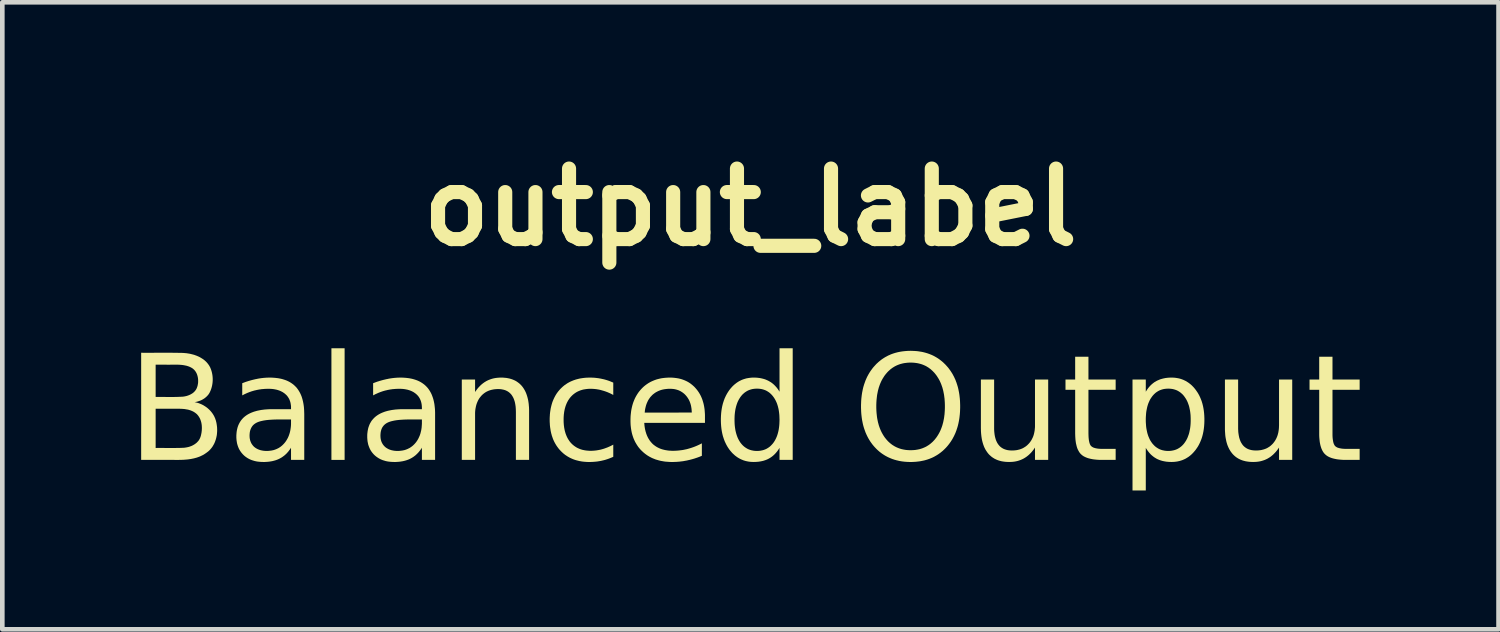
<source format=kicad_pcb>
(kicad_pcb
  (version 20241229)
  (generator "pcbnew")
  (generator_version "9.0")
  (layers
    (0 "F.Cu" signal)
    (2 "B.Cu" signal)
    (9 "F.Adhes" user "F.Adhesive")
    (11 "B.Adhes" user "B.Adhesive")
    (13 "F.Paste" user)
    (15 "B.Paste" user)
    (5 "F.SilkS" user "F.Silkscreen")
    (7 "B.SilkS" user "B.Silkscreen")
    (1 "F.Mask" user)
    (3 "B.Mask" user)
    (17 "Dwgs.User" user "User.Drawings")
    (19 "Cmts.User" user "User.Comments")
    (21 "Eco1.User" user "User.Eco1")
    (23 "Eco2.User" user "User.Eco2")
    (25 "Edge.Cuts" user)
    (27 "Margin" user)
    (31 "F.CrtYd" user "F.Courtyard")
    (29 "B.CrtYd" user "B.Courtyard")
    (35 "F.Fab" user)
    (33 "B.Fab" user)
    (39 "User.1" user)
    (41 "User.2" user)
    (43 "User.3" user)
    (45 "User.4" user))
  (footprint "output_label"
    (layer "F.Cu")
    (at 13.164 6.011)
    (property "Reference" "output_label" (at 0 -4.584 0) (layer "F.SilkS") (effects (font (size 1.524 1.524) (thickness 0.305))))
    (attr exclude_from_pos_files exclude_from_bom)
    (fp_poly (pts (xy -9.053 -1.536) (xy -8.768 -1.536) (xy -8.768 0.876) (xy -9.053 0.876) (xy -9.053 -1.536)) (stroke (width 0) (type solid)) (fill yes) (layer "F.SilkS"))
    (fp_poly (pts (xy 7.304 -1.353) (xy 7.304 -0.86) (xy 7.892 -0.86) (xy 7.892 -0.639) (xy 7.304 -0.639) (xy 7.304 0.304) (xy 7.305 0.338) (xy 7.306 0.37) (xy 7.308 0.401) (xy 7.311 0.429) (xy 7.314 0.454) (xy 7.319 0.478) (xy 7.324 0.5) (xy 7.33 0.52) (xy 7.336 0.537) (xy 7.344 0.552) (xy 7.352 0.566) (xy 7.362 0.577) (xy 7.375 0.588) (xy 7.39 0.598) (xy 7.408 0.608) (xy 7.428 0.615) (xy 7.45 0.622) (xy 7.475 0.627) (xy 7.503 0.632) (xy 7.532 0.635) (xy 7.564 0.637) (xy 7.599 0.637) (xy 7.892 0.637) (xy 7.892 0.876) (xy 7.599 0.876) (xy 7.566 0.876) (xy 7.535 0.875) (xy 7.504 0.873) (xy 7.475 0.871) (xy 7.446 0.868) (xy 7.419 0.865) (xy 7.393 0.861) (xy 7.367 0.856) (xy 7.343 0.851) (xy 7.32 0.845) (xy 7.297 0.839) (xy 7.276 0.832) (xy 7.256 0.824) (xy 7.237 0.816) (xy 7.219 0.807) (xy 7.201 0.798) (xy 7.185 0.787) (xy 7.17 0.777) (xy 7.156 0.765) (xy 7.143 0.753) (xy 7.13 0.74) (xy 7.118 0.725) (xy 7.106 0.709) (xy 7.096 0.692) (xy 7.086 0.674) (xy 7.076 0.655) (xy 7.067 0.635) (xy 7.059 0.613) (xy 7.052 0.591) (xy 7.046 0.567) (xy 7.04 0.542) (xy 7.034 0.516) (xy 7.03 0.489) (xy 7.026 0.461) (xy 7.023 0.432) (xy 7.021 0.402) (xy 7.019 0.37) (xy 7.018 0.338) (xy 7.017 0.304) (xy 7.017 -0.639) (xy 6.808 -0.639) (xy 6.808 -0.86) (xy 7.017 -0.86) (xy 7.017 -1.353) (xy 7.304 -1.353)) (stroke (width 0) (type solid)) (fill yes) (layer "F.SilkS"))
    (fp_poly (pts (xy 12.577 -1.353) (xy 12.577 -0.86) (xy 13.164 -0.86) (xy 13.164 -0.639) (xy 12.577 -0.639) (xy 12.577 0.304) (xy 12.577 0.338) (xy 12.578 0.37) (xy 12.58 0.401) (xy 12.583 0.429) (xy 12.587 0.454) (xy 12.591 0.478) (xy 12.596 0.5) (xy 12.602 0.52) (xy 12.609 0.537) (xy 12.617 0.552) (xy 12.625 0.566) (xy 12.634 0.577) (xy 12.647 0.588) (xy 12.662 0.598) (xy 12.68 0.608) (xy 12.7 0.615) (xy 12.723 0.622) (xy 12.748 0.627) (xy 12.775 0.632) (xy 12.805 0.635) (xy 12.837 0.637) (xy 12.871 0.637) (xy 13.164 0.637) (xy 13.164 0.876) (xy 12.871 0.876) (xy 12.839 0.876) (xy 12.807 0.875) (xy 12.777 0.873) (xy 12.747 0.871) (xy 12.719 0.868) (xy 12.692 0.865) (xy 12.665 0.861) (xy 12.64 0.856) (xy 12.616 0.851) (xy 12.592 0.845) (xy 12.57 0.839) (xy 12.549 0.832) (xy 12.528 0.824) (xy 12.509 0.816) (xy 12.491 0.807) (xy 12.474 0.798) (xy 12.458 0.787) (xy 12.443 0.777) (xy 12.429 0.765) (xy 12.416 0.753) (xy 12.403 0.74) (xy 12.39 0.725) (xy 12.379 0.709) (xy 12.368 0.692) (xy 12.358 0.674) (xy 12.349 0.655) (xy 12.34 0.635) (xy 12.332 0.613) (xy 12.325 0.591) (xy 12.318 0.567) (xy 12.312 0.542) (xy 12.307 0.516) (xy 12.302 0.489) (xy 12.299 0.461) (xy 12.296 0.432) (xy 12.293 0.402) (xy 12.291 0.37) (xy 12.29 0.338) (xy 12.29 0.304) (xy 12.29 -0.639) (xy 12.081 -0.639) (xy 12.081 -0.86) (xy 12.29 -0.86) (xy 12.29 -1.353) (xy 12.577 -1.353)) (stroke (width 0) (type solid)) (fill yes) (layer "F.SilkS"))
    (fp_poly (pts (xy -4.782 -0.172) (xy -4.782 0.876) (xy -5.067 0.876) (xy -5.067 -0.163) (xy -5.068 -0.193) (xy -5.069 -0.222) (xy -5.071 -0.251) (xy -5.073 -0.278) (xy -5.077 -0.305) (xy -5.081 -0.33) (xy -5.086 -0.355) (xy -5.091 -0.378) (xy -5.098 -0.401) (xy -5.105 -0.422) (xy -5.113 -0.443) (xy -5.121 -0.463) (xy -5.131 -0.481) (xy -5.141 -0.499) (xy -5.152 -0.516) (xy -5.163 -0.532) (xy -5.177 -0.549) (xy -5.193 -0.564) (xy -5.209 -0.579) (xy -5.226 -0.592) (xy -5.244 -0.604) (xy -5.263 -0.614) (xy -5.283 -0.624) (xy -5.304 -0.632) (xy -5.327 -0.639) (xy -5.35 -0.644) (xy -5.374 -0.649) (xy -5.399 -0.652) (xy -5.425 -0.654) (xy -5.452 -0.654) (xy -5.478 -0.654) (xy -5.505 -0.652) (xy -5.53 -0.65) (xy -5.555 -0.646) (xy -5.579 -0.641) (xy -5.602 -0.636) (xy -5.625 -0.629) (xy -5.647 -0.622) (xy -5.669 -0.613) (xy -5.69 -0.603) (xy -5.71 -0.593) (xy -5.729 -0.581) (xy -5.748 -0.568) (xy -5.766 -0.554) (xy -5.783 -0.54) (xy -5.8 -0.524) (xy -5.816 -0.507) (xy -5.83 -0.49) (xy -5.844 -0.473) (xy -5.857 -0.455) (xy -5.869 -0.436) (xy -5.88 -0.417) (xy -5.89 -0.397) (xy -5.899 -0.376) (xy -5.908 -0.355) (xy -5.916 -0.333) (xy -5.923 -0.31) (xy -5.929 -0.287) (xy -5.934 -0.263) (xy -5.939 -0.238) (xy -5.943 -0.213) (xy -5.946 -0.187) (xy -5.948 -0.161) (xy -5.949 -0.133) (xy -5.949 -0.105) (xy -5.949 0.876) (xy -6.236 0.876) (xy -6.236 -0.86) (xy -5.949 -0.86) (xy -5.949 -0.591) (xy -5.934 -0.613) (xy -5.919 -0.634) (xy -5.904 -0.654) (xy -5.888 -0.674) (xy -5.872 -0.692) (xy -5.855 -0.71) (xy -5.838 -0.727) (xy -5.821 -0.744) (xy -5.803 -0.759) (xy -5.785 -0.774) (xy -5.766 -0.788) (xy -5.748 -0.801) (xy -5.728 -0.813) (xy -5.709 -0.825) (xy -5.687 -0.836) (xy -5.665 -0.847) (xy -5.642 -0.856) (xy -5.619 -0.865) (xy -5.595 -0.873) (xy -5.571 -0.88) (xy -5.547 -0.886) (xy -5.521 -0.891) (xy -5.496 -0.895) (xy -5.47 -0.898) (xy -5.443 -0.9) (xy -5.416 -0.902) (xy -5.388 -0.902) (xy -5.36 -0.902) (xy -5.332 -0.901) (xy -5.306 -0.898) (xy -5.279 -0.896) (xy -5.254 -0.892) (xy -5.229 -0.887) (xy -5.205 -0.882) (xy -5.181 -0.875) (xy -5.158 -0.868) (xy -5.136 -0.86) (xy -5.115 -0.851) (xy -5.094 -0.842) (xy -5.073 -0.831) (xy -5.054 -0.82) (xy -5.035 -0.807) (xy -5.017 -0.794) (xy -4.999 -0.78) (xy -4.982 -0.766) (xy -4.966 -0.75) (xy -4.95 -0.734) (xy -4.935 -0.716) (xy -4.922 -0.7) (xy -4.91 -0.683) (xy -4.898 -0.665) (xy -4.887 -0.647) (xy -4.876 -0.628) (xy -4.866 -0.608) (xy -4.856 -0.588) (xy -4.847 -0.567) (xy -4.839 -0.545) (xy -4.831 -0.523) (xy -4.824 -0.5) (xy -4.817 -0.476) (xy -4.811 -0.452) (xy -4.805 -0.427) (xy -4.8 -0.401) (xy -4.796 -0.375) (xy -4.792 -0.348) (xy -4.789 -0.32) (xy -4.787 -0.292) (xy -4.784 -0.263) (xy -4.783 -0.233) (xy -4.782 -0.203) (xy -4.782 -0.172) (xy -4.782 -0.172)) (stroke (width 0) (type solid)) (fill yes) (layer "F.SilkS"))
    (fp_poly (pts (xy 4.98 0.191) (xy 4.98 -0.86) (xy 5.266 -0.86) (xy 5.266 0.18) (xy 5.266 0.21) (xy 5.267 0.24) (xy 5.269 0.268) (xy 5.272 0.295) (xy 5.275 0.322) (xy 5.279 0.347) (xy 5.284 0.372) (xy 5.29 0.396) (xy 5.296 0.418) (xy 5.303 0.44) (xy 5.311 0.461) (xy 5.32 0.481) (xy 5.329 0.5) (xy 5.339 0.517) (xy 5.35 0.534) (xy 5.362 0.55) (xy 5.376 0.567) (xy 5.391 0.583) (xy 5.407 0.597) (xy 5.424 0.61) (xy 5.443 0.622) (xy 5.462 0.633) (xy 5.482 0.642) (xy 5.503 0.65) (xy 5.525 0.657) (xy 5.548 0.663) (xy 5.572 0.667) (xy 5.597 0.67) (xy 5.623 0.672) (xy 5.65 0.673) (xy 5.677 0.672) (xy 5.703 0.671) (xy 5.729 0.668) (xy 5.753 0.665) (xy 5.777 0.66) (xy 5.801 0.654) (xy 5.824 0.648) (xy 5.846 0.64) (xy 5.867 0.632) (xy 5.888 0.622) (xy 5.908 0.611) (xy 5.927 0.599) (xy 5.946 0.587) (xy 5.964 0.573) (xy 5.982 0.558) (xy 5.998 0.542) (xy 6.014 0.526) (xy 6.029 0.509) (xy 6.043 0.491) (xy 6.056 0.473) (xy 6.068 0.455) (xy 6.079 0.435) (xy 6.089 0.415) (xy 6.099 0.395) (xy 6.108 0.374) (xy 6.116 0.352) (xy 6.123 0.329) (xy 6.129 0.306) (xy 6.134 0.282) (xy 6.139 0.257) (xy 6.143 0.232) (xy 6.145 0.206) (xy 6.148 0.179) (xy 6.149 0.152) (xy 6.149 0.124) (xy 6.149 -0.86) (xy 6.434 -0.86) (xy 6.434 0.876) (xy 6.149 0.876) (xy 6.149 0.609) (xy 6.134 0.631) (xy 6.119 0.653) (xy 6.103 0.673) (xy 6.087 0.693) (xy 6.071 0.712) (xy 6.054 0.73) (xy 6.037 0.747) (xy 6.019 0.764) (xy 6.002 0.779) (xy 5.983 0.794) (xy 5.965 0.808) (xy 5.946 0.821) (xy 5.927 0.833) (xy 5.907 0.845) (xy 5.886 0.856) (xy 5.864 0.866) (xy 5.842 0.876) (xy 5.819 0.884) (xy 5.796 0.892) (xy 5.772 0.899) (xy 5.747 0.905) (xy 5.722 0.91) (xy 5.697 0.914) (xy 5.671 0.917) (xy 5.644 0.919) (xy 5.617 0.92) (xy 5.59 0.921) (xy 5.561 0.92) (xy 5.534 0.919) (xy 5.507 0.917) (xy 5.481 0.914) (xy 5.455 0.91) (xy 5.43 0.906) (xy 5.406 0.9) (xy 5.383 0.894) (xy 5.36 0.887) (xy 5.337 0.879) (xy 5.316 0.87) (xy 5.295 0.86) (xy 5.274 0.85) (xy 5.255 0.838) (xy 5.236 0.826) (xy 5.217 0.813) (xy 5.2 0.799) (xy 5.183 0.784) (xy 5.166 0.769) (xy 5.15 0.752) (xy 5.135 0.735) (xy 5.122 0.718) (xy 5.11 0.701) (xy 5.098 0.683) (xy 5.086 0.665) (xy 5.075 0.646) (xy 5.065 0.626) (xy 5.055 0.606) (xy 5.046 0.585) (xy 5.038 0.563) (xy 5.03 0.541) (xy 5.023 0.518) (xy 5.016 0.494) (xy 5.01 0.47) (xy 5.004 0.445) (xy 4.999 0.419) (xy 4.995 0.393) (xy 4.991 0.366) (xy 4.988 0.338) (xy 4.985 0.31) (xy 4.983 0.281) (xy 4.981 0.252) (xy 4.981 0.221) (xy 4.98 0.191) (xy 4.98 0.191)) (stroke (width 0) (type solid)) (fill yes) (layer "F.SilkS"))
    (fp_poly (pts (xy 10.253 0.191) (xy 10.253 -0.86) (xy 10.538 -0.86) (xy 10.538 0.18) (xy 10.538 0.21) (xy 10.54 0.24) (xy 10.541 0.268) (xy 10.544 0.295) (xy 10.548 0.322) (xy 10.552 0.347) (xy 10.557 0.372) (xy 10.562 0.396) (xy 10.569 0.418) (xy 10.576 0.44) (xy 10.584 0.461) (xy 10.592 0.481) (xy 10.602 0.5) (xy 10.612 0.517) (xy 10.623 0.534) (xy 10.634 0.55) (xy 10.648 0.567) (xy 10.664 0.583) (xy 10.68 0.597) (xy 10.697 0.61) (xy 10.715 0.622) (xy 10.734 0.633) (xy 10.754 0.642) (xy 10.775 0.65) (xy 10.798 0.657) (xy 10.821 0.663) (xy 10.845 0.667) (xy 10.87 0.67) (xy 10.896 0.672) (xy 10.923 0.673) (xy 10.949 0.672) (xy 10.976 0.671) (xy 11.001 0.668) (xy 11.026 0.665) (xy 11.05 0.66) (xy 11.073 0.654) (xy 11.096 0.648) (xy 11.118 0.64) (xy 11.14 0.632) (xy 11.161 0.622) (xy 11.181 0.611) (xy 11.2 0.599) (xy 11.219 0.587) (xy 11.237 0.573) (xy 11.254 0.558) (xy 11.271 0.542) (xy 11.287 0.526) (xy 11.301 0.509) (xy 11.315 0.491) (xy 11.328 0.473) (xy 11.34 0.455) (xy 11.351 0.435) (xy 11.362 0.415) (xy 11.371 0.395) (xy 11.38 0.374) (xy 11.388 0.352) (xy 11.395 0.329) (xy 11.401 0.306) (xy 11.407 0.282) (xy 11.411 0.257) (xy 11.415 0.232) (xy 11.418 0.206) (xy 11.42 0.179) (xy 11.421 0.152) (xy 11.422 0.124) (xy 11.422 -0.86) (xy 11.707 -0.86) (xy 11.707 0.876) (xy 11.422 0.876) (xy 11.422 0.609) (xy 11.407 0.631) (xy 11.391 0.653) (xy 11.376 0.673) (xy 11.36 0.693) (xy 11.343 0.712) (xy 11.326 0.73) (xy 11.309 0.747) (xy 11.292 0.764) (xy 11.274 0.779) (xy 11.256 0.794) (xy 11.238 0.808) (xy 11.219 0.821) (xy 11.199 0.833) (xy 11.18 0.845) (xy 11.159 0.856) (xy 11.137 0.866) (xy 11.115 0.876) (xy 11.092 0.884) (xy 11.068 0.892) (xy 11.044 0.899) (xy 11.02 0.905) (xy 10.995 0.91) (xy 10.969 0.914) (xy 10.943 0.917) (xy 10.917 0.919) (xy 10.89 0.92) (xy 10.862 0.921) (xy 10.834 0.92) (xy 10.806 0.919) (xy 10.78 0.917) (xy 10.753 0.914) (xy 10.728 0.91) (xy 10.703 0.906) (xy 10.679 0.9) (xy 10.655 0.894) (xy 10.632 0.887) (xy 10.61 0.879) (xy 10.588 0.87) (xy 10.567 0.86) (xy 10.547 0.85) (xy 10.527 0.838) (xy 10.508 0.826) (xy 10.49 0.813) (xy 10.472 0.799) (xy 10.455 0.784) (xy 10.439 0.769) (xy 10.423 0.752) (xy 10.408 0.735) (xy 10.395 0.718) (xy 10.382 0.701) (xy 10.37 0.683) (xy 10.359 0.665) (xy 10.348 0.646) (xy 10.338 0.626) (xy 10.328 0.606) (xy 10.319 0.585) (xy 10.31 0.563) (xy 10.302 0.541) (xy 10.295 0.518) (xy 10.288 0.494) (xy 10.282 0.47) (xy 10.277 0.445) (xy 10.272 0.419) (xy 10.267 0.393) (xy 10.263 0.366) (xy 10.26 0.338) (xy 10.258 0.31) (xy 10.256 0.281) (xy 10.254 0.252) (xy 10.253 0.221) (xy 10.253 0.191) (xy 10.253 0.191)) (stroke (width 0) (type solid)) (fill yes) (layer "F.SilkS"))
    (fp_poly (pts (xy -2.963 -0.794) (xy -2.963 -0.527) (xy -2.985 -0.539) (xy -3.007 -0.55) (xy -3.029 -0.561) (xy -3.052 -0.571) (xy -3.074 -0.581) (xy -3.096 -0.59) (xy -3.118 -0.598) (xy -3.14 -0.606) (xy -3.162 -0.613) (xy -3.185 -0.62) (xy -3.207 -0.626) (xy -3.231 -0.633) (xy -3.255 -0.639) (xy -3.28 -0.644) (xy -3.304 -0.648) (xy -3.328 -0.652) (xy -3.353 -0.655) (xy -3.378 -0.657) (xy -3.402 -0.659) (xy -3.427 -0.66) (xy -3.452 -0.66) (xy -3.479 -0.66) (xy -3.506 -0.659) (xy -3.532 -0.656) (xy -3.558 -0.653) (xy -3.583 -0.649) (xy -3.607 -0.645) (xy -3.631 -0.639) (xy -3.654 -0.632) (xy -3.676 -0.625) (xy -3.698 -0.616) (xy -3.719 -0.607) (xy -3.74 -0.597) (xy -3.76 -0.586) (xy -3.779 -0.574) (xy -3.798 -0.561) (xy -3.816 -0.547) (xy -3.834 -0.533) (xy -3.851 -0.517) (xy -3.867 -0.501) (xy -3.883 -0.484) (xy -3.897 -0.467) (xy -3.911 -0.449) (xy -3.923 -0.431) (xy -3.936 -0.412) (xy -3.947 -0.392) (xy -3.958 -0.372) (xy -3.968 -0.351) (xy -3.977 -0.33) (xy -3.986 -0.307) (xy -3.994 -0.285) (xy -4.001 -0.261) (xy -4.008 -0.237) (xy -4.014 -0.212) (xy -4.019 -0.187) (xy -4.024 -0.161) (xy -4.027 -0.134) (xy -4.031 -0.107) (xy -4.033 -0.079) (xy -4.035 -0.05) (xy -4.036 -0.021) (xy -4.036 0.009) (xy -4.036 0.039) (xy -4.035 0.069) (xy -4.033 0.097) (xy -4.031 0.125) (xy -4.027 0.153) (xy -4.024 0.179) (xy -4.019 0.205) (xy -4.014 0.231) (xy -4.008 0.256) (xy -4.001 0.28) (xy -3.994 0.304) (xy -3.986 0.326) (xy -3.977 0.349) (xy -3.968 0.37) (xy -3.958 0.391) (xy -3.947 0.412) (xy -3.936 0.431) (xy -3.923 0.45) (xy -3.911 0.469) (xy -3.897 0.487) (xy -3.883 0.504) (xy -3.867 0.521) (xy -3.851 0.537) (xy -3.834 0.552) (xy -3.816 0.567) (xy -3.798 0.58) (xy -3.779 0.593) (xy -3.76 0.605) (xy -3.74 0.616) (xy -3.719 0.626) (xy -3.698 0.635) (xy -3.676 0.644) (xy -3.654 0.651) (xy -3.631 0.658) (xy -3.607 0.663) (xy -3.583 0.668) (xy -3.558 0.672) (xy -3.532 0.675) (xy -3.506 0.677) (xy -3.479 0.679) (xy -3.452 0.679) (xy -3.427 0.679) (xy -3.402 0.678) (xy -3.378 0.676) (xy -3.353 0.674) (xy -3.328 0.671) (xy -3.304 0.667) (xy -3.28 0.663) (xy -3.255 0.658) (xy -3.231 0.653) (xy -3.207 0.646) (xy -3.185 0.64) (xy -3.162 0.633) (xy -3.14 0.625) (xy -3.118 0.617) (xy -3.096 0.609) (xy -3.074 0.6) (xy -3.052 0.59) (xy -3.029 0.58) (xy -3.007 0.569) (xy -2.985 0.558) (xy -2.963 0.546) (xy -2.963 0.809) (xy -2.987 0.82) (xy -3.012 0.83) (xy -3.036 0.84) (xy -3.06 0.849) (xy -3.085 0.858) (xy -3.11 0.866) (xy -3.135 0.874) (xy -3.16 0.881) (xy -3.186 0.887) (xy -3.211 0.893) (xy -3.235 0.898) (xy -3.258 0.902) (xy -3.282 0.906) (xy -3.306 0.91) (xy -3.331 0.913) (xy -3.355 0.915) (xy -3.38 0.917) (xy -3.405 0.919) (xy -3.431 0.92) (xy -3.457 0.921) (xy -3.483 0.921) (xy -3.511 0.921) (xy -3.538 0.92) (xy -3.565 0.918) (xy -3.592 0.916) (xy -3.618 0.913) (xy -3.643 0.91) (xy -3.669 0.905) (xy -3.694 0.901) (xy -3.718 0.895) (xy -3.742 0.889) (xy -3.766 0.883) (xy -3.789 0.876) (xy -3.812 0.868) (xy -3.835 0.859) (xy -3.857 0.85) (xy -3.878 0.84) (xy -3.9 0.83) (xy -3.92 0.819) (xy -3.941 0.807) (xy -3.961 0.795) (xy -3.98 0.782) (xy -4 0.769) (xy -4.018 0.755) (xy -4.037 0.74) (xy -4.055 0.724) (xy -4.072 0.708) (xy -4.089 0.692) (xy -4.106 0.674) (xy -4.122 0.657) (xy -4.137 0.64) (xy -4.151 0.622) (xy -4.165 0.603) (xy -4.179 0.584) (xy -4.192 0.565) (xy -4.204 0.545) (xy -4.216 0.525) (xy -4.227 0.505) (xy -4.238 0.484) (xy -4.248 0.463) (xy -4.258 0.441) (xy -4.267 0.419) (xy -4.275 0.396) (xy -4.283 0.373) (xy -4.291 0.35) (xy -4.297 0.326) (xy -4.304 0.302) (xy -4.309 0.278) (xy -4.315 0.253) (xy -4.319 0.227) (xy -4.323 0.201) (xy -4.327 0.175) (xy -4.33 0.149) (xy -4.333 0.121) (xy -4.334 0.094) (xy -4.336 0.066) (xy -4.337 0.038) (xy -4.337 0.009) (xy -4.337 -0.02) (xy -4.336 -0.048) (xy -4.334 -0.077) (xy -4.333 -0.104) (xy -4.33 -0.132) (xy -4.327 -0.159) (xy -4.323 -0.185) (xy -4.319 -0.211) (xy -4.315 -0.237) (xy -4.309 -0.262) (xy -4.303 -0.287) (xy -4.297 -0.311) (xy -4.29 -0.335) (xy -4.283 -0.359) (xy -4.275 -0.382) (xy -4.266 -0.404) (xy -4.257 -0.426) (xy -4.247 -0.448) (xy -4.237 -0.469) (xy -4.226 -0.49) (xy -4.215 -0.511) (xy -4.203 -0.531) (xy -4.191 -0.55) (xy -4.178 -0.57) (xy -4.164 -0.588) (xy -4.15 -0.607) (xy -4.135 -0.624) (xy -4.12 -0.642) (xy -4.104 -0.659) (xy -4.088 -0.675) (xy -4.071 -0.691) (xy -4.054 -0.707) (xy -4.037 -0.721) (xy -4.019 -0.736) (xy -4 -0.749) (xy -3.981 -0.762) (xy -3.962 -0.775) (xy -3.943 -0.787) (xy -3.922 -0.798) (xy -3.902 -0.809) (xy -3.881 -0.819) (xy -3.86 -0.828) (xy -3.838 -0.837) (xy -3.816 -0.846) (xy -3.794 -0.853) (xy -3.771 -0.861) (xy -3.748 -0.867) (xy -3.724 -0.873) (xy -3.7 -0.879) (xy -3.675 -0.884) (xy -3.65 -0.888) (xy -3.625 -0.892) (xy -3.599 -0.895) (xy -3.573 -0.898) (xy -3.546 -0.9) (xy -3.519 -0.901) (xy -3.492 -0.902) (xy -3.464 -0.902) (xy -3.438 -0.902) (xy -3.412 -0.901) (xy -3.386 -0.9) (xy -3.36 -0.898) (xy -3.334 -0.895) (xy -3.308 -0.892) (xy -3.283 -0.889) (xy -3.257 -0.884) (xy -3.232 -0.88) (xy -3.207 -0.874) (xy -3.182 -0.869) (xy -3.157 -0.863) (xy -3.132 -0.856) (xy -3.108 -0.849) (xy -3.083 -0.841) (xy -3.059 -0.833) (xy -3.035 -0.824) (xy -3.011 -0.814) (xy -2.987 -0.804) (xy -2.963 -0.794) (xy -2.963 -0.794)) (stroke (width 0) (type solid)) (fill yes) (layer "F.SilkS"))
    (fp_poly (pts (xy 0.629 -0.597) (xy 0.629 -1.536) (xy 0.914 -1.536) (xy 0.914 0.876) (xy 0.629 0.876) (xy 0.629 0.615) (xy 0.615 0.639) (xy 0.6 0.661) (xy 0.585 0.683) (xy 0.569 0.703) (xy 0.552 0.723) (xy 0.535 0.742) (xy 0.518 0.759) (xy 0.5 0.776) (xy 0.481 0.792) (xy 0.462 0.807) (xy 0.442 0.821) (xy 0.422 0.834) (xy 0.401 0.846) (xy 0.381 0.857) (xy 0.361 0.866) (xy 0.34 0.875) (xy 0.318 0.883) (xy 0.296 0.89) (xy 0.274 0.897) (xy 0.25 0.902) (xy 0.227 0.907) (xy 0.202 0.911) (xy 0.177 0.915) (xy 0.152 0.917) (xy 0.142 0.918) (xy 0.142 0.682) (xy 0.168 0.682) (xy 0.194 0.68) (xy 0.219 0.677) (xy 0.243 0.672) (xy 0.267 0.667) (xy 0.29 0.66) (xy 0.312 0.652) (xy 0.334 0.643) (xy 0.355 0.632) (xy 0.375 0.62) (xy 0.395 0.607) (xy 0.414 0.593) (xy 0.432 0.578) (xy 0.449 0.561) (xy 0.466 0.543) (xy 0.483 0.524) (xy 0.498 0.504) (xy 0.511 0.486) (xy 0.522 0.468) (xy 0.533 0.45) (xy 0.543 0.43) (xy 0.553 0.411) (xy 0.562 0.39) (xy 0.571 0.369) (xy 0.579 0.347) (xy 0.586 0.325) (xy 0.593 0.302) (xy 0.599 0.278) (xy 0.605 0.254) (xy 0.61 0.23) (xy 0.614 0.204) (xy 0.618 0.178) (xy 0.621 0.152) (xy 0.624 0.124) (xy 0.626 0.096) (xy 0.627 0.068) (xy 0.628 0.039) (xy 0.629 0.009) (xy 0.628 -0.02) (xy 0.627 -0.049) (xy 0.626 -0.078) (xy 0.624 -0.106) (xy 0.621 -0.133) (xy 0.618 -0.159) (xy 0.614 -0.185) (xy 0.61 -0.211) (xy 0.605 -0.235) (xy 0.599 -0.259) (xy 0.593 -0.283) (xy 0.586 -0.306) (xy 0.579 -0.328) (xy 0.571 -0.35) (xy 0.562 -0.371) (xy 0.553 -0.391) (xy 0.543 -0.411) (xy 0.533 -0.43) (xy 0.522 -0.448) (xy 0.511 -0.466) (xy 0.498 -0.484) (xy 0.483 -0.504) (xy 0.466 -0.524) (xy 0.449 -0.542) (xy 0.432 -0.558) (xy 0.414 -0.574) (xy 0.395 -0.588) (xy 0.375 -0.601) (xy 0.355 -0.613) (xy 0.334 -0.624) (xy 0.312 -0.633) (xy 0.29 -0.641) (xy 0.267 -0.648) (xy 0.243 -0.654) (xy 0.219 -0.658) (xy 0.194 -0.661) (xy 0.168 -0.663) (xy 0.142 -0.664) (xy 0.116 -0.663) (xy 0.09 -0.661) (xy 0.065 -0.658) (xy 0.041 -0.654) (xy 0.017 -0.648) (xy -0.006 -0.641) (xy -0.028 -0.633) (xy -0.05 -0.624) (xy -0.071 -0.613) (xy -0.091 -0.601) (xy -0.111 -0.588) (xy -0.13 -0.574) (xy -0.148 -0.558) (xy -0.166 -0.542) (xy -0.183 -0.524) (xy -0.199 -0.504) (xy -0.215 -0.484) (xy -0.227 -0.466) (xy -0.238 -0.448) (xy -0.249 -0.43) (xy -0.259 -0.411) (xy -0.269 -0.391) (xy -0.278 -0.371) (xy -0.286 -0.35) (xy -0.294 -0.328) (xy -0.301 -0.306) (xy -0.308 -0.283) (xy -0.314 -0.259) (xy -0.32 -0.235) (xy -0.325 -0.211) (xy -0.329 -0.185) (xy -0.333 -0.159) (xy -0.336 -0.133) (xy -0.339 -0.106) (xy -0.341 -0.078) (xy -0.342 -0.049) (xy -0.343 -0.02) (xy -0.343 0.009) (xy -0.343 0.039) (xy -0.342 0.068) (xy -0.341 0.096) (xy -0.339 0.124) (xy -0.336 0.152) (xy -0.333 0.178) (xy -0.329 0.204) (xy -0.325 0.23) (xy -0.32 0.254) (xy -0.314 0.278) (xy -0.308 0.302) (xy -0.301 0.325) (xy -0.294 0.347) (xy -0.286 0.369) (xy -0.278 0.39) (xy -0.269 0.411) (xy -0.259 0.43) (xy -0.249 0.45) (xy -0.238 0.468) (xy -0.227 0.486) (xy -0.215 0.504) (xy -0.199 0.524) (xy -0.183 0.543) (xy -0.166 0.561) (xy -0.148 0.578) (xy -0.13 0.593) (xy -0.111 0.607) (xy -0.091 0.62) (xy -0.071 0.632) (xy -0.05 0.643) (xy -0.028 0.652) (xy -0.006 0.66) (xy 0.017 0.667) (xy 0.041 0.672) (xy 0.065 0.677) (xy 0.09 0.68) (xy 0.116 0.682) (xy 0.142 0.682) (xy 0.142 0.918) (xy 0.126 0.919) (xy 0.099 0.92) (xy 0.072 0.921) (xy 0.046 0.92) (xy 0.02 0.919) (xy -0.005 0.917) (xy -0.03 0.914) (xy -0.054 0.91) (xy -0.078 0.905) (xy -0.102 0.9) (xy -0.125 0.893) (xy -0.148 0.886) (xy -0.17 0.877) (xy -0.192 0.868) (xy -0.214 0.858) (xy -0.235 0.847) (xy -0.256 0.835) (xy -0.276 0.823) (xy -0.296 0.809) (xy -0.315 0.795) (xy -0.335 0.78) (xy -0.353 0.763) (xy -0.372 0.746) (xy -0.39 0.729) (xy -0.407 0.71) (xy -0.424 0.69) (xy -0.441 0.67) (xy -0.455 0.652) (xy -0.468 0.633) (xy -0.481 0.614) (xy -0.493 0.595) (xy -0.505 0.575) (xy -0.516 0.555) (xy -0.527 0.534) (xy -0.537 0.513) (xy -0.547 0.492) (xy -0.557 0.47) (xy -0.565 0.448) (xy -0.574 0.425) (xy -0.581 0.402) (xy -0.589 0.379) (xy -0.596 0.355) (xy -0.602 0.331) (xy -0.608 0.306) (xy -0.613 0.281) (xy -0.618 0.256) (xy -0.622 0.23) (xy -0.626 0.204) (xy -0.629 0.177) (xy -0.632 0.15) (xy -0.634 0.123) (xy -0.636 0.095) (xy -0.637 0.067) (xy -0.638 0.038) (xy -0.638 0.009) (xy -0.638 -0.02) (xy -0.637 -0.048) (xy -0.636 -0.077) (xy -0.634 -0.104) (xy -0.632 -0.132) (xy -0.629 -0.159) (xy -0.626 -0.185) (xy -0.622 -0.212) (xy -0.618 -0.237) (xy -0.613 -0.263) (xy -0.608 -0.288) (xy -0.602 -0.312) (xy -0.596 -0.337) (xy -0.589 -0.36) (xy -0.581 -0.384) (xy -0.574 -0.407) (xy -0.565 -0.429) (xy -0.557 -0.452) (xy -0.547 -0.473) (xy -0.537 -0.495) (xy -0.527 -0.516) (xy -0.516 -0.536) (xy -0.505 -0.556) (xy -0.493 -0.576) (xy -0.481 -0.595) (xy -0.468 -0.614) (xy -0.455 -0.633) (xy -0.441 -0.651) (xy -0.424 -0.672) (xy -0.407 -0.691) (xy -0.39 -0.71) (xy -0.372 -0.728) (xy -0.353 -0.745) (xy -0.335 -0.761) (xy -0.315 -0.776) (xy -0.296 -0.791) (xy -0.276 -0.804) (xy -0.256 -0.817) (xy -0.235 -0.829) (xy -0.214 -0.839) (xy -0.192 -0.85) (xy -0.17 -0.859) (xy -0.148 -0.867) (xy -0.125 -0.874) (xy -0.102 -0.881) (xy -0.078 -0.887) (xy -0.054 -0.891) (xy -0.03 -0.895) (xy -0.005 -0.898) (xy 0.02 -0.901) (xy 0.046 -0.902) (xy 0.072 -0.902) (xy 0.099 -0.902) (xy 0.126 -0.901) (xy 0.152 -0.899) (xy 0.177 -0.896) (xy 0.202 -0.893) (xy 0.227 -0.888) (xy 0.25 -0.883) (xy 0.274 -0.877) (xy 0.296 -0.871) (xy 0.318 -0.864) (xy 0.34 -0.855) (xy 0.361 -0.846) (xy 0.381 -0.837) (xy 0.401 -0.826) (xy 0.422 -0.814) (xy 0.442 -0.802) (xy 0.462 -0.788) (xy 0.481 -0.773) (xy 0.5 -0.757) (xy 0.518 -0.74) (xy 0.535 -0.723) (xy 0.552 -0.704) (xy 0.569 -0.685) (xy 0.585 -0.664) (xy 0.6 -0.643) (xy 0.615 -0.62) (xy 0.629 -0.597) (xy 0.629 -0.597)) (stroke (width 0) (type solid)) (fill yes) (layer "F.SilkS"))
    (fp_poly (pts (xy 8.543 0.615) (xy 8.543 1.536) (xy 8.256 1.536) (xy 8.256 -0.86) (xy 8.543 -0.86) (xy 8.543 -0.597) (xy 8.557 -0.62) (xy 8.572 -0.643) (xy 8.587 -0.664) (xy 8.603 -0.685) (xy 8.619 -0.704) (xy 8.636 -0.723) (xy 8.653 -0.74) (xy 8.671 -0.757) (xy 8.69 -0.773) (xy 8.709 -0.788) (xy 8.728 -0.802) (xy 8.749 -0.814) (xy 8.769 -0.826) (xy 8.789 -0.837) (xy 8.81 -0.846) (xy 8.831 -0.855) (xy 8.852 -0.864) (xy 8.875 -0.871) (xy 8.897 -0.877) (xy 8.92 -0.883) (xy 8.944 -0.888) (xy 8.968 -0.893) (xy 8.993 -0.896) (xy 9.019 -0.899) (xy 9.044 -0.901) (xy 9.071 -0.902) (xy 9.098 -0.902) (xy 9.123 -0.902) (xy 9.148 -0.901) (xy 9.172 -0.899) (xy 9.196 -0.896) (xy 9.22 -0.892) (xy 9.243 -0.888) (xy 9.266 -0.883) (xy 9.288 -0.877) (xy 9.31 -0.87) (xy 9.332 -0.862) (xy 9.353 -0.854) (xy 9.374 -0.844) (xy 9.395 -0.834) (xy 9.415 -0.824) (xy 9.434 -0.812) (xy 9.454 -0.799) (xy 9.473 -0.786) (xy 9.491 -0.772) (xy 9.51 -0.757) (xy 9.528 -0.742) (xy 9.545 -0.725) (xy 9.562 -0.708) (xy 9.579 -0.69) (xy 9.595 -0.671) (xy 9.611 -0.651) (xy 9.625 -0.633) (xy 9.638 -0.614) (xy 9.651 -0.595) (xy 9.664 -0.576) (xy 9.676 -0.556) (xy 9.687 -0.536) (xy 9.698 -0.516) (xy 9.708 -0.495) (xy 9.718 -0.473) (xy 9.727 -0.452) (xy 9.736 -0.429) (xy 9.745 -0.407) (xy 9.753 -0.384) (xy 9.76 -0.36) (xy 9.767 -0.337) (xy 9.773 -0.312) (xy 9.779 -0.288) (xy 9.784 -0.263) (xy 9.789 -0.237) (xy 9.793 -0.212) (xy 9.797 -0.185) (xy 9.8 -0.159) (xy 9.803 -0.132) (xy 9.805 -0.104) (xy 9.807 -0.077) (xy 9.808 -0.048) (xy 9.809 -0.02) (xy 9.809 0.009) (xy 9.809 0.038) (xy 9.808 0.067) (xy 9.807 0.095) (xy 9.805 0.123) (xy 9.803 0.15) (xy 9.8 0.177) (xy 9.797 0.204) (xy 9.793 0.23) (xy 9.789 0.256) (xy 9.784 0.281) (xy 9.779 0.306) (xy 9.773 0.331) (xy 9.767 0.355) (xy 9.76 0.379) (xy 9.753 0.402) (xy 9.745 0.425) (xy 9.736 0.448) (xy 9.727 0.47) (xy 9.718 0.492) (xy 9.708 0.513) (xy 9.698 0.534) (xy 9.687 0.555) (xy 9.676 0.575) (xy 9.664 0.595) (xy 9.651 0.614) (xy 9.638 0.633) (xy 9.625 0.652) (xy 9.611 0.67) (xy 9.595 0.689) (xy 9.579 0.708) (xy 9.562 0.726) (xy 9.545 0.744) (xy 9.528 0.76) (xy 9.51 0.776) (xy 9.491 0.791) (xy 9.473 0.805) (xy 9.454 0.818) (xy 9.434 0.83) (xy 9.415 0.842) (xy 9.395 0.853) (xy 9.374 0.863) (xy 9.353 0.872) (xy 9.332 0.881) (xy 9.31 0.888) (xy 9.288 0.895) (xy 9.266 0.901) (xy 9.243 0.906) (xy 9.22 0.911) (xy 9.196 0.914) (xy 9.172 0.917) (xy 9.148 0.919) (xy 9.123 0.92) (xy 9.098 0.921) (xy 9.071 0.92) (xy 9.044 0.919) (xy 9.028 0.918) (xy 9.028 0.682) (xy 9.054 0.682) (xy 9.08 0.68) (xy 9.105 0.677) (xy 9.129 0.672) (xy 9.153 0.667) (xy 9.176 0.66) (xy 9.198 0.652) (xy 9.22 0.643) (xy 9.24 0.632) (xy 9.261 0.62) (xy 9.28 0.607) (xy 9.299 0.593) (xy 9.317 0.578) (xy 9.335 0.561) (xy 9.352 0.543) (xy 9.368 0.524) (xy 9.383 0.504) (xy 9.395 0.486) (xy 9.407 0.468) (xy 9.418 0.45) (xy 9.428 0.43) (xy 9.438 0.411) (xy 9.447 0.39) (xy 9.455 0.369) (xy 9.463 0.347) (xy 9.471 0.325) (xy 9.478 0.302) (xy 9.484 0.278) (xy 9.489 0.254) (xy 9.494 0.23) (xy 9.499 0.204) (xy 9.503 0.178) (xy 9.506 0.152) (xy 9.509 0.124) (xy 9.511 0.096) (xy 9.512 0.068) (xy 9.513 0.039) (xy 9.513 0.009) (xy 9.513 -0.02) (xy 9.512 -0.049) (xy 9.511 -0.078) (xy 9.509 -0.106) (xy 9.506 -0.133) (xy 9.503 -0.159) (xy 9.499 -0.185) (xy 9.494 -0.211) (xy 9.489 -0.235) (xy 9.484 -0.259) (xy 9.478 -0.283) (xy 9.471 -0.306) (xy 9.463 -0.328) (xy 9.455 -0.35) (xy 9.447 -0.371) (xy 9.438 -0.391) (xy 9.428 -0.411) (xy 9.418 -0.43) (xy 9.407 -0.448) (xy 9.395 -0.466) (xy 9.383 -0.484) (xy 9.368 -0.504) (xy 9.352 -0.524) (xy 9.335 -0.542) (xy 9.317 -0.558) (xy 9.299 -0.574) (xy 9.28 -0.588) (xy 9.261 -0.601) (xy 9.24 -0.613) (xy 9.22 -0.624) (xy 9.198 -0.633) (xy 9.176 -0.641) (xy 9.153 -0.648) (xy 9.129 -0.654) (xy 9.105 -0.658) (xy 9.08 -0.661) (xy 9.054 -0.663) (xy 9.028 -0.664) (xy 9.002 -0.663) (xy 8.976 -0.661) (xy 8.951 -0.658) (xy 8.927 -0.654) (xy 8.903 -0.648) (xy 8.88 -0.641) (xy 8.858 -0.633) (xy 8.836 -0.624) (xy 8.815 -0.613) (xy 8.795 -0.601) (xy 8.775 -0.588) (xy 8.756 -0.574) (xy 8.738 -0.558) (xy 8.721 -0.542) (xy 8.704 -0.524) (xy 8.687 -0.504) (xy 8.672 -0.484) (xy 8.66 -0.466) (xy 8.648 -0.448) (xy 8.637 -0.43) (xy 8.627 -0.411) (xy 8.618 -0.391) (xy 8.609 -0.371) (xy 8.6 -0.35) (xy 8.592 -0.328) (xy 8.585 -0.306) (xy 8.578 -0.283) (xy 8.572 -0.259) (xy 8.567 -0.235) (xy 8.562 -0.211) (xy 8.557 -0.185) (xy 8.553 -0.159) (xy 8.55 -0.133) (xy 8.548 -0.106) (xy 8.546 -0.078) (xy 8.544 -0.049) (xy 8.543 -0.02) (xy 8.543 0.009) (xy 8.543 0.039) (xy 8.544 0.068) (xy 8.546 0.096) (xy 8.548 0.124) (xy 8.55 0.152) (xy 8.553 0.178) (xy 8.557 0.204) (xy 8.562 0.23) (xy 8.567 0.254) (xy 8.572 0.278) (xy 8.578 0.302) (xy 8.585 0.325) (xy 8.592 0.347) (xy 8.6 0.369) (xy 8.609 0.39) (xy 8.618 0.411) (xy 8.627 0.43) (xy 8.637 0.45) (xy 8.648 0.468) (xy 8.66 0.486) (xy 8.672 0.504) (xy 8.687 0.524) (xy 8.704 0.543) (xy 8.721 0.561) (xy 8.738 0.578) (xy 8.756 0.593) (xy 8.775 0.607) (xy 8.795 0.62) (xy 8.815 0.632) (xy 8.836 0.643) (xy 8.858 0.652) (xy 8.88 0.66) (xy 8.903 0.667) (xy 8.927 0.672) (xy 8.951 0.677) (xy 8.976 0.68) (xy 9.002 0.682) (xy 9.028 0.682) (xy 9.028 0.918) (xy 9.019 0.917) (xy 8.993 0.915) (xy 8.968 0.911) (xy 8.944 0.907) (xy 8.92 0.902) (xy 8.897 0.897) (xy 8.875 0.89) (xy 8.852 0.883) (xy 8.831 0.875) (xy 8.81 0.866) (xy 8.789 0.857) (xy 8.769 0.846) (xy 8.749 0.834) (xy 8.728 0.821) (xy 8.709 0.807) (xy 8.69 0.792) (xy 8.671 0.776) (xy 8.653 0.76) (xy 8.636 0.742) (xy 8.619 0.723) (xy 8.603 0.703) (xy 8.587 0.683) (xy 8.572 0.661) (xy 8.557 0.639) (xy 8.543 0.615) (xy 8.543 0.615)) (stroke (width 0) (type solid)) (fill yes) (layer "F.SilkS"))
    (fp_poly (pts (xy -0.982 -0.064) (xy -0.982 0.076) (xy -2.284 0.076) (xy -2.284 -0.146) (xy -1.267 -0.147) (xy -1.268 -0.174) (xy -1.27 -0.201) (xy -1.272 -0.227) (xy -1.276 -0.252) (xy -1.28 -0.277) (xy -1.285 -0.301) (xy -1.291 -0.324) (xy -1.298 -0.347) (xy -1.306 -0.369) (xy -1.314 -0.39) (xy -1.324 -0.411) (xy -1.334 -0.431) (xy -1.346 -0.45) (xy -1.358 -0.469) (xy -1.371 -0.487) (xy -1.384 -0.504) (xy -1.399 -0.521) (xy -1.415 -0.538) (xy -1.432 -0.554) (xy -1.45 -0.568) (xy -1.468 -0.582) (xy -1.487 -0.594) (xy -1.506 -0.606) (xy -1.526 -0.616) (xy -1.547 -0.626) (xy -1.569 -0.634) (xy -1.591 -0.641) (xy -1.614 -0.647) (xy -1.637 -0.652) (xy -1.661 -0.656) (xy -1.686 -0.658) (xy -1.711 -0.66) (xy -1.737 -0.66) (xy -1.765 -0.66) (xy -1.792 -0.659) (xy -1.818 -0.656) (xy -1.844 -0.653) (xy -1.869 -0.649) (xy -1.894 -0.644) (xy -1.918 -0.638) (xy -1.941 -0.631) (xy -1.963 -0.623) (xy -1.985 -0.614) (xy -2.006 -0.604) (xy -2.027 -0.593) (xy -2.047 -0.582) (xy -2.066 -0.569) (xy -2.085 -0.555) (xy -2.103 -0.541) (xy -2.12 -0.526) (xy -2.136 -0.509) (xy -2.152 -0.492) (xy -2.167 -0.475) (xy -2.18 -0.456) (xy -2.193 -0.437) (xy -2.206 -0.417) (xy -2.217 -0.396) (xy -2.227 -0.374) (xy -2.237 -0.352) (xy -2.246 -0.329) (xy -2.254 -0.305) (xy -2.261 -0.28) (xy -2.267 -0.255) (xy -2.273 -0.229) (xy -2.278 -0.202) (xy -2.281 -0.174) (xy -2.284 -0.146) (xy -2.284 0.076) (xy -2.294 0.076) (xy -2.291 0.105) (xy -2.289 0.133) (xy -2.285 0.161) (xy -2.281 0.188) (xy -2.276 0.215) (xy -2.27 0.24) (xy -2.264 0.265) (xy -2.256 0.289) (xy -2.249 0.313) (xy -2.24 0.336) (xy -2.231 0.358) (xy -2.221 0.379) (xy -2.211 0.4) (xy -2.199 0.42) (xy -2.187 0.439) (xy -2.175 0.458) (xy -2.161 0.476) (xy -2.147 0.493) (xy -2.132 0.51) (xy -2.117 0.526) (xy -2.101 0.541) (xy -2.084 0.555) (xy -2.066 0.568) (xy -2.048 0.581) (xy -2.029 0.593) (xy -2.01 0.604) (xy -1.99 0.614) (xy -1.969 0.624) (xy -1.948 0.633) (xy -1.926 0.641) (xy -1.904 0.648) (xy -1.881 0.654) (xy -1.857 0.66) (xy -1.833 0.665) (xy -1.808 0.669) (xy -1.782 0.673) (xy -1.756 0.676) (xy -1.729 0.677) (xy -1.702 0.679) (xy -1.674 0.679) (xy -1.648 0.679) (xy -1.623 0.678) (xy -1.598 0.677) (xy -1.573 0.675) (xy -1.549 0.673) (xy -1.524 0.67) (xy -1.5 0.667) (xy -1.475 0.664) (xy -1.451 0.66) (xy -1.427 0.655) (xy -1.403 0.65) (xy -1.379 0.645) (xy -1.356 0.639) (xy -1.332 0.632) (xy -1.308 0.625) (xy -1.284 0.618) (xy -1.261 0.61) (xy -1.237 0.602) (xy -1.213 0.593) (xy -1.19 0.584) (xy -1.166 0.574) (xy -1.143 0.564) (xy -1.119 0.553) (xy -1.096 0.542) (xy -1.072 0.53) (xy -1.049 0.518) (xy -1.049 0.788) (xy -1.072 0.797) (xy -1.096 0.807) (xy -1.12 0.816) (xy -1.144 0.825) (xy -1.168 0.833) (xy -1.192 0.841) (xy -1.216 0.849) (xy -1.241 0.856) (xy -1.265 0.863) (xy -1.289 0.869) (xy -1.314 0.876) (xy -1.339 0.881) (xy -1.363 0.887) (xy -1.388 0.892) (xy -1.413 0.896) (xy -1.438 0.901) (xy -1.463 0.905) (xy -1.488 0.908) (xy -1.513 0.911) (xy -1.538 0.914) (xy -1.564 0.916) (xy -1.589 0.918) (xy -1.614 0.919) (xy -1.64 0.92) (xy -1.665 0.921) (xy -1.691 0.921) (xy -1.719 0.921) (xy -1.747 0.92) (xy -1.775 0.918) (xy -1.802 0.916) (xy -1.829 0.914) (xy -1.855 0.911) (xy -1.881 0.907) (xy -1.907 0.902) (xy -1.932 0.898) (xy -1.957 0.892) (xy -1.981 0.886) (xy -2.005 0.879) (xy -2.029 0.872) (xy -2.052 0.865) (xy -2.074 0.856) (xy -2.097 0.847) (xy -2.119 0.838) (xy -2.14 0.828) (xy -2.161 0.817) (xy -2.182 0.806) (xy -2.202 0.794) (xy -2.222 0.782) (xy -2.241 0.769) (xy -2.26 0.755) (xy -2.279 0.741) (xy -2.297 0.726) (xy -2.315 0.711) (xy -2.332 0.695) (xy -2.349 0.679) (xy -2.366 0.662) (xy -2.382 0.645) (xy -2.397 0.627) (xy -2.412 0.609) (xy -2.426 0.591) (xy -2.439 0.572) (xy -2.452 0.552) (xy -2.464 0.533) (xy -2.476 0.512) (xy -2.488 0.492) (xy -2.498 0.471) (xy -2.508 0.45) (xy -2.518 0.428) (xy -2.527 0.406) (xy -2.535 0.383) (xy -2.543 0.36) (xy -2.55 0.337) (xy -2.557 0.313) (xy -2.563 0.289) (xy -2.568 0.264) (xy -2.573 0.239) (xy -2.577 0.214) (xy -2.581 0.188) (xy -2.584 0.162) (xy -2.587 0.135) (xy -2.589 0.108) (xy -2.59 0.081) (xy -2.591 0.053) (xy -2.591 0.025) (xy -2.591 -0.004) (xy -2.59 -0.033) (xy -2.589 -0.062) (xy -2.587 -0.089) (xy -2.584 -0.117) (xy -2.581 -0.144) (xy -2.578 -0.171) (xy -2.574 -0.197) (xy -2.569 -0.223) (xy -2.564 -0.248) (xy -2.558 -0.273) (xy -2.552 -0.298) (xy -2.545 -0.322) (xy -2.538 -0.346) (xy -2.53 -0.369) (xy -2.521 -0.392) (xy -2.512 -0.414) (xy -2.503 -0.436) (xy -2.493 -0.458) (xy -2.482 -0.479) (xy -2.471 -0.5) (xy -2.459 -0.52) (xy -2.447 -0.54) (xy -2.434 -0.56) (xy -2.421 -0.579) (xy -2.407 -0.598) (xy -2.392 -0.616) (xy -2.377 -0.634) (xy -2.362 -0.651) (xy -2.345 -0.669) (xy -2.328 -0.686) (xy -2.311 -0.702) (xy -2.293 -0.718) (xy -2.274 -0.733) (xy -2.256 -0.747) (xy -2.236 -0.761) (xy -2.217 -0.774) (xy -2.197 -0.787) (xy -2.177 -0.798) (xy -2.156 -0.81) (xy -2.135 -0.82) (xy -2.113 -0.83) (xy -2.091 -0.839) (xy -2.069 -0.848) (xy -2.046 -0.856) (xy -2.023 -0.864) (xy -1.999 -0.87) (xy -1.975 -0.876) (xy -1.95 -0.882) (xy -1.926 -0.887) (xy -1.9 -0.891) (xy -1.875 -0.894) (xy -1.849 -0.897) (xy -1.822 -0.899) (xy -1.795 -0.901) (xy -1.768 -0.902) (xy -1.74 -0.902) (xy -1.712 -0.902) (xy -1.685 -0.901) (xy -1.658 -0.899) (xy -1.632 -0.896) (xy -1.606 -0.893) (xy -1.581 -0.889) (xy -1.556 -0.885) (xy -1.531 -0.879) (xy -1.507 -0.873) (xy -1.483 -0.866) (xy -1.46 -0.858) (xy -1.438 -0.85) (xy -1.416 -0.841) (xy -1.394 -0.831) (xy -1.373 -0.821) (xy -1.352 -0.81) (xy -1.332 -0.798) (xy -1.312 -0.785) (xy -1.293 -0.772) (xy -1.274 -0.757) (xy -1.256 -0.743) (xy -1.238 -0.727) (xy -1.22 -0.711) (xy -1.203 -0.694) (xy -1.187 -0.676) (xy -1.172 -0.659) (xy -1.158 -0.642) (xy -1.144 -0.624) (xy -1.131 -0.606) (xy -1.118 -0.587) (xy -1.106 -0.568) (xy -1.094 -0.548) (xy -1.083 -0.528) (xy -1.073 -0.508) (xy -1.063 -0.487) (xy -1.054 -0.466) (xy -1.045 -0.444) (xy -1.037 -0.422) (xy -1.03 -0.399) (xy -1.023 -0.376) (xy -1.016 -0.352) (xy -1.01 -0.328) (xy -1.005 -0.304) (xy -1 -0.279) (xy -0.996 -0.254) (xy -0.992 -0.228) (xy -0.989 -0.202) (xy -0.987 -0.175) (xy -0.985 -0.148) (xy -0.983 -0.12) (xy -0.982 -0.092) (xy -0.982 -0.064) (xy -0.982 -0.064)) (stroke (width 0) (type solid)) (fill yes) (layer "F.SilkS"))
    (fp_poly (pts (xy -9.64 -0.115) (xy -9.64 0.876) (xy -9.926 0.876) (xy -9.926 0.612) (xy -9.94 0.635) (xy -9.955 0.656) (xy -9.97 0.676) (xy -9.985 0.696) (xy -10.002 0.715) (xy -10.018 0.733) (xy -10.035 0.75) (xy -10.053 0.766) (xy -10.071 0.782) (xy -10.09 0.796) (xy -10.109 0.81) (xy -10.128 0.823) (xy -10.149 0.835) (xy -10.169 0.846) (xy -10.189 0.856) (xy -10.209 0.865) (xy -10.23 0.873) (xy -10.251 0.881) (xy -10.274 0.888) (xy -10.296 0.894) (xy -10.319 0.9) (xy -10.343 0.905) (xy -10.367 0.909) (xy -10.392 0.913) (xy -10.418 0.916) (xy -10.444 0.918) (xy -10.45 0.918) (xy -10.45 0.682) (xy -10.424 0.682) (xy -10.398 0.68) (xy -10.373 0.677) (xy -10.349 0.674) (xy -10.325 0.669) (xy -10.302 0.664) (xy -10.28 0.657) (xy -10.258 0.649) (xy -10.236 0.64) (xy -10.215 0.63) (xy -10.195 0.62) (xy -10.176 0.608) (xy -10.156 0.595) (xy -10.138 0.581) (xy -10.12 0.566) (xy -10.103 0.55) (xy -10.086 0.533) (xy -10.07 0.515) (xy -10.055 0.497) (xy -10.041 0.478) (xy -10.028 0.459) (xy -10.016 0.439) (xy -10.004 0.418) (xy -9.993 0.397) (xy -9.983 0.375) (xy -9.974 0.353) (xy -9.966 0.33) (xy -9.958 0.306) (xy -9.951 0.282) (xy -9.945 0.257) (xy -9.94 0.232) (xy -9.936 0.206) (xy -9.932 0.179) (xy -9.929 0.152) (xy -9.927 0.124) (xy -9.926 0.096) (xy -9.926 0.067) (xy -9.926 0.003) (xy -10.209 0.003) (xy -10.245 0.003) (xy -10.28 0.004) (xy -10.313 0.005) (xy -10.346 0.007) (xy -10.377 0.009) (xy -10.407 0.011) (xy -10.435 0.014) (xy -10.463 0.017) (xy -10.489 0.021) (xy -10.515 0.025) (xy -10.539 0.03) (xy -10.561 0.035) (xy -10.583 0.04) (xy -10.604 0.046) (xy -10.623 0.052) (xy -10.641 0.059) (xy -10.658 0.066) (xy -10.674 0.074) (xy -10.688 0.082) (xy -10.707 0.094) (xy -10.724 0.107) (xy -10.74 0.121) (xy -10.754 0.136) (xy -10.767 0.153) (xy -10.778 0.17) (xy -10.788 0.189) (xy -10.797 0.209) (xy -10.805 0.23) (xy -10.811 0.252) (xy -10.816 0.275) (xy -10.819 0.3) (xy -10.821 0.325) (xy -10.822 0.352) (xy -10.821 0.379) (xy -10.819 0.405) (xy -10.814 0.43) (xy -10.809 0.454) (xy -10.801 0.477) (xy -10.792 0.499) (xy -10.782 0.52) (xy -10.769 0.54) (xy -10.755 0.559) (xy -10.74 0.577) (xy -10.723 0.594) (xy -10.705 0.608) (xy -10.687 0.621) (xy -10.668 0.632) (xy -10.647 0.643) (xy -10.626 0.652) (xy -10.604 0.66) (xy -10.581 0.667) (xy -10.557 0.672) (xy -10.531 0.677) (xy -10.505 0.68) (xy -10.478 0.682) (xy -10.45 0.682) (xy -10.45 0.918) (xy -10.471 0.92) (xy -10.498 0.921) (xy -10.526 0.921) (xy -10.553 0.92) (xy -10.581 0.919) (xy -10.607 0.917) (xy -10.633 0.914) (xy -10.659 0.911) (xy -10.683 0.906) (xy -10.707 0.901) (xy -10.731 0.894) (xy -10.754 0.887) (xy -10.776 0.88) (xy -10.798 0.871) (xy -10.819 0.862) (xy -10.84 0.851) (xy -10.86 0.84) (xy -10.879 0.828) (xy -10.898 0.815) (xy -10.916 0.802) (xy -10.934 0.787) (xy -10.95 0.772) (xy -10.967 0.755) (xy -10.983 0.737) (xy -10.998 0.719) (xy -11.012 0.7) (xy -11.025 0.681) (xy -11.037 0.661) (xy -11.049 0.64) (xy -11.059 0.618) (xy -11.068 0.596) (xy -11.076 0.574) (xy -11.083 0.551) (xy -11.09 0.527) (xy -11.095 0.502) (xy -11.099 0.477) (xy -11.103 0.451) (xy -11.105 0.425) (xy -11.107 0.398) (xy -11.107 0.371) (xy -11.107 0.343) (xy -11.105 0.316) (xy -11.103 0.29) (xy -11.1 0.264) (xy -11.096 0.239) (xy -11.091 0.215) (xy -11.085 0.191) (xy -11.079 0.168) (xy -11.071 0.146) (xy -11.063 0.124) (xy -11.053 0.103) (xy -11.043 0.083) (xy -11.032 0.063) (xy -11.02 0.044) (xy -11.007 0.025) (xy -10.994 0.008) (xy -10.979 -0.009) (xy -10.964 -0.026) (xy -10.947 -0.042) (xy -10.93 -0.057) (xy -10.912 -0.071) (xy -10.896 -0.083) (xy -10.879 -0.094) (xy -10.862 -0.105) (xy -10.844 -0.115) (xy -10.825 -0.125) (xy -10.806 -0.134) (xy -10.786 -0.143) (xy -10.766 -0.151) (xy -10.745 -0.159) (xy -10.723 -0.167) (xy -10.701 -0.173) (xy -10.678 -0.18) (xy -10.655 -0.186) (xy -10.631 -0.191) (xy -10.606 -0.196) (xy -10.581 -0.201) (xy -10.555 -0.205) (xy -10.529 -0.208) (xy -10.501 -0.212) (xy -10.474 -0.214) (xy -10.445 -0.216) (xy -10.416 -0.218) (xy -10.387 -0.219) (xy -10.357 -0.22) (xy -10.326 -0.22) (xy -9.926 -0.22) (xy -9.926 -0.248) (xy -9.926 -0.276) (xy -9.928 -0.302) (xy -9.932 -0.328) (xy -9.936 -0.353) (xy -9.942 -0.377) (xy -9.95 -0.4) (xy -9.958 -0.422) (xy -9.968 -0.444) (xy -9.98 -0.464) (xy -9.992 -0.483) (xy -10.006 -0.502) (xy -10.021 -0.52) (xy -10.038 -0.536) (xy -10.056 -0.552) (xy -10.072 -0.565) (xy -10.09 -0.577) (xy -10.108 -0.589) (xy -10.127 -0.599) (xy -10.147 -0.609) (xy -10.167 -0.618) (xy -10.189 -0.626) (xy -10.211 -0.633) (xy -10.234 -0.64) (xy -10.258 -0.645) (xy -10.283 -0.65) (xy -10.308 -0.654) (xy -10.335 -0.657) (xy -10.362 -0.659) (xy -10.39 -0.66) (xy -10.419 -0.66) (xy -10.443 -0.66) (xy -10.468 -0.659) (xy -10.493 -0.658) (xy -10.517 -0.656) (xy -10.541 -0.654) (xy -10.566 -0.652) (xy -10.59 -0.648) (xy -10.614 -0.645) (xy -10.638 -0.64) (xy -10.661 -0.636) (xy -10.685 -0.63) (xy -10.709 -0.625) (xy -10.732 -0.619) (xy -10.755 -0.612) (xy -10.779 -0.605) (xy -10.801 -0.597) (xy -10.824 -0.589) (xy -10.847 -0.58) (xy -10.87 -0.571) (xy -10.892 -0.561) (xy -10.914 -0.551) (xy -10.936 -0.541) (xy -10.958 -0.529) (xy -10.98 -0.518) (xy -10.98 -0.781) (xy -10.956 -0.79) (xy -10.932 -0.799) (xy -10.908 -0.808) (xy -10.884 -0.816) (xy -10.861 -0.823) (xy -10.837 -0.831) (xy -10.814 -0.837) (xy -10.791 -0.844) (xy -10.768 -0.85) (xy -10.745 -0.856) (xy -10.722 -0.861) (xy -10.699 -0.867) (xy -10.676 -0.871) (xy -10.649 -0.877) (xy -10.623 -0.882) (xy -10.596 -0.886) (xy -10.57 -0.89) (xy -10.544 -0.893) (xy -10.518 -0.896) (xy -10.492 -0.898) (xy -10.466 -0.9) (xy -10.44 -0.901) (xy -10.415 -0.902) (xy -10.389 -0.902) (xy -10.359 -0.902) (xy -10.33 -0.901) (xy -10.302 -0.899) (xy -10.274 -0.897) (xy -10.246 -0.894) (xy -10.219 -0.891) (xy -10.193 -0.887) (xy -10.168 -0.882) (xy -10.143 -0.877) (xy -10.118 -0.871) (xy -10.095 -0.864) (xy -10.072 -0.857) (xy -10.049 -0.849) (xy -10.027 -0.841) (xy -10.006 -0.832) (xy -9.985 -0.822) (xy -9.965 -0.812) (xy -9.946 -0.801) (xy -9.927 -0.789) (xy -9.909 -0.777) (xy -9.891 -0.764) (xy -9.874 -0.751) (xy -9.858 -0.737) (xy -9.842 -0.722) (xy -9.827 -0.707) (xy -9.812 -0.692) (xy -9.799 -0.676) (xy -9.786 -0.659) (xy -9.774 -0.642) (xy -9.762 -0.624) (xy -9.751 -0.606) (xy -9.74 -0.587) (xy -9.73 -0.568) (xy -9.72 -0.548) (xy -9.711 -0.527) (xy -9.702 -0.506) (xy -9.694 -0.484) (xy -9.687 -0.461) (xy -9.68 -0.438) (xy -9.674 -0.414) (xy -9.668 -0.39) (xy -9.663 -0.365) (xy -9.658 -0.34) (xy -9.654 -0.314) (xy -9.65 -0.287) (xy -9.647 -0.26) (xy -9.645 -0.232) (xy -9.643 -0.204) (xy -9.642 -0.175) (xy -9.641 -0.145) (xy -9.64 -0.115) (xy -9.64 -0.115)) (stroke (width 0) (type solid)) (fill yes) (layer "F.SilkS"))
    (fp_poly (pts (xy -6.813 -0.115) (xy -6.813 0.876) (xy -7.098 0.876) (xy -7.098 0.612) (xy -7.112 0.635) (xy -7.127 0.656) (xy -7.142 0.676) (xy -7.158 0.696) (xy -7.174 0.715) (xy -7.191 0.733) (xy -7.208 0.75) (xy -7.225 0.766) (xy -7.243 0.782) (xy -7.262 0.796) (xy -7.281 0.81) (xy -7.301 0.823) (xy -7.321 0.835) (xy -7.341 0.846) (xy -7.361 0.856) (xy -7.381 0.865) (xy -7.402 0.873) (xy -7.424 0.881) (xy -7.446 0.888) (xy -7.468 0.894) (xy -7.492 0.9) (xy -7.515 0.905) (xy -7.54 0.909) (xy -7.565 0.913) (xy -7.59 0.916) (xy -7.616 0.918) (xy -7.622 0.918) (xy -7.622 0.682) (xy -7.596 0.682) (xy -7.57 0.68) (xy -7.546 0.677) (xy -7.521 0.674) (xy -7.498 0.669) (xy -7.474 0.664) (xy -7.452 0.657) (xy -7.43 0.649) (xy -7.408 0.64) (xy -7.388 0.63) (xy -7.367 0.62) (xy -7.348 0.608) (xy -7.329 0.595) (xy -7.31 0.581) (xy -7.292 0.566) (xy -7.275 0.55) (xy -7.258 0.533) (xy -7.242 0.515) (xy -7.227 0.497) (xy -7.213 0.478) (xy -7.2 0.459) (xy -7.188 0.439) (xy -7.176 0.418) (xy -7.166 0.397) (xy -7.156 0.375) (xy -7.146 0.353) (xy -7.138 0.33) (xy -7.13 0.306) (xy -7.124 0.282) (xy -7.118 0.257) (xy -7.112 0.232) (xy -7.108 0.206) (xy -7.104 0.179) (xy -7.102 0.152) (xy -7.1 0.124) (xy -7.098 0.096) (xy -7.098 0.067) (xy -7.098 0.003) (xy -7.382 0.003) (xy -7.418 0.003) (xy -7.452 0.004) (xy -7.486 0.005) (xy -7.518 0.007) (xy -7.549 0.009) (xy -7.579 0.011) (xy -7.608 0.014) (xy -7.635 0.017) (xy -7.662 0.021) (xy -7.687 0.025) (xy -7.711 0.03) (xy -7.734 0.035) (xy -7.755 0.04) (xy -7.776 0.046) (xy -7.795 0.052) (xy -7.813 0.059) (xy -7.83 0.066) (xy -7.846 0.074) (xy -7.861 0.082) (xy -7.879 0.094) (xy -7.896 0.107) (xy -7.912 0.121) (xy -7.926 0.136) (xy -7.939 0.153) (xy -7.951 0.17) (xy -7.961 0.189) (xy -7.97 0.209) (xy -7.977 0.23) (xy -7.983 0.252) (xy -7.988 0.275) (xy -7.991 0.3) (xy -7.993 0.325) (xy -7.994 0.352) (xy -7.993 0.379) (xy -7.991 0.405) (xy -7.987 0.43) (xy -7.981 0.454) (xy -7.974 0.477) (xy -7.965 0.499) (xy -7.954 0.52) (xy -7.942 0.54) (xy -7.928 0.559) (xy -7.912 0.577) (xy -7.895 0.594) (xy -7.878 0.608) (xy -7.859 0.621) (xy -7.84 0.632) (xy -7.82 0.643) (xy -7.799 0.652) (xy -7.776 0.66) (xy -7.753 0.667) (xy -7.729 0.672) (xy -7.704 0.677) (xy -7.677 0.68) (xy -7.65 0.682) (xy -7.622 0.682) (xy -7.622 0.918) (xy -7.643 0.92) (xy -7.67 0.921) (xy -7.698 0.921) (xy -7.726 0.92) (xy -7.753 0.919) (xy -7.779 0.917) (xy -7.805 0.914) (xy -7.831 0.911) (xy -7.856 0.906) (xy -7.88 0.901) (xy -7.903 0.894) (xy -7.926 0.887) (xy -7.949 0.88) (xy -7.97 0.871) (xy -7.992 0.862) (xy -8.012 0.851) (xy -8.032 0.84) (xy -8.051 0.828) (xy -8.07 0.815) (xy -8.088 0.802) (xy -8.106 0.787) (xy -8.123 0.772) (xy -8.14 0.755) (xy -8.156 0.737) (xy -8.171 0.719) (xy -8.185 0.7) (xy -8.198 0.681) (xy -8.21 0.661) (xy -8.221 0.64) (xy -8.231 0.618) (xy -8.24 0.596) (xy -8.248 0.574) (xy -8.256 0.551) (xy -8.262 0.527) (xy -8.267 0.502) (xy -8.272 0.477) (xy -8.275 0.451) (xy -8.277 0.425) (xy -8.279 0.398) (xy -8.279 0.371) (xy -8.279 0.343) (xy -8.278 0.316) (xy -8.275 0.29) (xy -8.272 0.264) (xy -8.268 0.239) (xy -8.263 0.215) (xy -8.258 0.191) (xy -8.251 0.168) (xy -8.243 0.146) (xy -8.235 0.124) (xy -8.226 0.103) (xy -8.216 0.083) (xy -8.204 0.063) (xy -8.193 0.044) (xy -8.18 0.025) (xy -8.166 0.008) (xy -8.151 -0.009) (xy -8.136 -0.026) (xy -8.119 -0.042) (xy -8.102 -0.057) (xy -8.084 -0.071) (xy -8.068 -0.083) (xy -8.051 -0.094) (xy -8.034 -0.105) (xy -8.016 -0.115) (xy -7.998 -0.125) (xy -7.978 -0.134) (xy -7.959 -0.143) (xy -7.938 -0.151) (xy -7.917 -0.159) (xy -7.896 -0.167) (xy -7.874 -0.173) (xy -7.851 -0.18) (xy -7.827 -0.186) (xy -7.803 -0.191) (xy -7.779 -0.196) (xy -7.753 -0.201) (xy -7.727 -0.205) (xy -7.701 -0.208) (xy -7.674 -0.212) (xy -7.646 -0.214) (xy -7.618 -0.216) (xy -7.589 -0.218) (xy -7.559 -0.219) (xy -7.529 -0.22) (xy -7.498 -0.22) (xy -7.098 -0.22) (xy -7.098 -0.248) (xy -7.099 -0.276) (xy -7.101 -0.302) (xy -7.104 -0.328) (xy -7.109 -0.353) (xy -7.115 -0.377) (xy -7.122 -0.4) (xy -7.131 -0.422) (xy -7.141 -0.444) (xy -7.152 -0.464) (xy -7.164 -0.483) (xy -7.178 -0.502) (xy -7.194 -0.52) (xy -7.21 -0.536) (xy -7.228 -0.552) (xy -7.245 -0.565) (xy -7.262 -0.577) (xy -7.28 -0.589) (xy -7.299 -0.599) (xy -7.319 -0.609) (xy -7.34 -0.618) (xy -7.361 -0.626) (xy -7.383 -0.633) (xy -7.406 -0.64) (xy -7.43 -0.645) (xy -7.455 -0.65) (xy -7.481 -0.654) (xy -7.507 -0.657) (xy -7.534 -0.659) (xy -7.562 -0.66) (xy -7.591 -0.66) (xy -7.616 -0.66) (xy -7.64 -0.659) (xy -7.665 -0.658) (xy -7.689 -0.656) (xy -7.714 -0.654) (xy -7.738 -0.652) (xy -7.762 -0.648) (xy -7.786 -0.645) (xy -7.81 -0.64) (xy -7.834 -0.636) (xy -7.857 -0.63) (xy -7.881 -0.625) (xy -7.904 -0.619) (xy -7.928 -0.612) (xy -7.951 -0.605) (xy -7.974 -0.597) (xy -7.997 -0.589) (xy -8.019 -0.58) (xy -8.042 -0.571) (xy -8.064 -0.561) (xy -8.086 -0.551) (xy -8.109 -0.541) (xy -8.13 -0.529) (xy -8.152 -0.518) (xy -8.152 -0.781) (xy -8.128 -0.79) (xy -8.104 -0.799) (xy -8.08 -0.808) (xy -8.057 -0.816) (xy -8.033 -0.823) (xy -8.01 -0.831) (xy -7.986 -0.837) (xy -7.963 -0.844) (xy -7.94 -0.85) (xy -7.917 -0.856) (xy -7.894 -0.861) (xy -7.871 -0.867) (xy -7.848 -0.871) (xy -7.822 -0.877) (xy -7.795 -0.882) (xy -7.769 -0.886) (xy -7.742 -0.89) (xy -7.716 -0.893) (xy -7.69 -0.896) (xy -7.664 -0.898) (xy -7.638 -0.9) (xy -7.613 -0.901) (xy -7.587 -0.902) (xy -7.562 -0.902) (xy -7.532 -0.902) (xy -7.502 -0.901) (xy -7.474 -0.899) (xy -7.446 -0.897) (xy -7.418 -0.894) (xy -7.392 -0.891) (xy -7.366 -0.887) (xy -7.34 -0.882) (xy -7.315 -0.877) (xy -7.291 -0.871) (xy -7.267 -0.864) (xy -7.244 -0.857) (xy -7.221 -0.849) (xy -7.199 -0.841) (xy -7.178 -0.832) (xy -7.157 -0.822) (xy -7.137 -0.812) (xy -7.118 -0.801) (xy -7.099 -0.789) (xy -7.081 -0.777) (xy -7.063 -0.764) (xy -7.046 -0.751) (xy -7.03 -0.737) (xy -7.014 -0.722) (xy -6.999 -0.707) (xy -6.985 -0.692) (xy -6.971 -0.676) (xy -6.958 -0.659) (xy -6.946 -0.642) (xy -6.934 -0.624) (xy -6.923 -0.606) (xy -6.912 -0.587) (xy -6.902 -0.568) (xy -6.892 -0.548) (xy -6.883 -0.527) (xy -6.875 -0.506) (xy -6.867 -0.484) (xy -6.859 -0.461) (xy -6.852 -0.438) (xy -6.846 -0.414) (xy -6.84 -0.39) (xy -6.835 -0.365) (xy -6.83 -0.34) (xy -6.826 -0.314) (xy -6.823 -0.287) (xy -6.82 -0.26) (xy -6.817 -0.232) (xy -6.815 -0.204) (xy -6.814 -0.175) (xy -6.813 -0.145) (xy -6.813 -0.115) (xy -6.813 -0.115)) (stroke (width 0) (type solid)) (fill yes) (layer "F.SilkS"))
    (fp_poly (pts (xy 3.463 -1.481) (xy 3.49 -1.48) (xy 3.518 -1.479) (xy 3.545 -1.478) (xy 3.571 -1.476) (xy 3.598 -1.474) (xy 3.624 -1.471) (xy 3.649 -1.467) (xy 3.675 -1.463) (xy 3.7 -1.459) (xy 3.725 -1.454) (xy 3.749 -1.448) (xy 3.773 -1.442) (xy 3.797 -1.435) (xy 3.821 -1.428) (xy 3.844 -1.42) (xy 3.867 -1.412) (xy 3.889 -1.403) (xy 3.912 -1.394) (xy 3.934 -1.384) (xy 3.955 -1.374) (xy 3.976 -1.363) (xy 3.997 -1.351) (xy 4.018 -1.339) (xy 4.038 -1.327) (xy 4.058 -1.314) (xy 4.078 -1.3) (xy 4.097 -1.286) (xy 4.116 -1.271) (xy 4.135 -1.256) (xy 4.154 -1.24) (xy 4.172 -1.224) (xy 4.189 -1.207) (xy 4.207 -1.19) (xy 4.224 -1.172) (xy 4.241 -1.153) (xy 4.256 -1.136) (xy 4.271 -1.119) (xy 4.285 -1.101) (xy 4.299 -1.082) (xy 4.312 -1.064) (xy 4.326 -1.045) (xy 4.338 -1.026) (xy 4.351 -1.006) (xy 4.363 -0.987) (xy 4.374 -0.967) (xy 4.385 -0.946) (xy 4.396 -0.926) (xy 4.406 -0.905) (xy 4.416 -0.883) (xy 4.426 -0.862) (xy 4.435 -0.84) (xy 4.443 -0.817) (xy 4.452 -0.795) (xy 4.459 -0.772) (xy 4.467 -0.749) (xy 4.474 -0.725) (xy 4.481 -0.702) (xy 4.487 -0.678) (xy 4.493 -0.653) (xy 4.498 -0.628) (xy 4.503 -0.603) (xy 4.508 -0.578) (xy 4.512 -0.552) (xy 4.516 -0.526) (xy 4.519 -0.5) (xy 4.522 -0.474) (xy 4.525 -0.447) (xy 4.527 -0.42) (xy 4.529 -0.392) (xy 4.53 -0.364) (xy 4.531 -0.336) (xy 4.532 -0.308) (xy 4.532 -0.279) (xy 4.532 -0.25) (xy 4.531 -0.222) (xy 4.53 -0.194) (xy 4.529 -0.166) (xy 4.527 -0.139) (xy 4.525 -0.112) (xy 4.522 -0.085) (xy 4.519 -0.058) (xy 4.516 -0.032) (xy 4.512 -0.006) (xy 4.508 0.019) (xy 4.503 0.045) (xy 4.498 0.07) (xy 4.493 0.094) (xy 4.487 0.119) (xy 4.481 0.143) (xy 4.474 0.167) (xy 4.467 0.19) (xy 4.459 0.213) (xy 4.452 0.236) (xy 4.443 0.259) (xy 4.435 0.281) (xy 4.426 0.303) (xy 4.416 0.324) (xy 4.406 0.346) (xy 4.396 0.367) (xy 4.385 0.387) (xy 4.374 0.408) (xy 4.363 0.428) (xy 4.351 0.448) (xy 4.338 0.467) (xy 4.326 0.487) (xy 4.312 0.505) (xy 4.299 0.524) (xy 4.285 0.542) (xy 4.271 0.56) (xy 4.256 0.578) (xy 4.241 0.595) (xy 4.224 0.614) (xy 4.207 0.631) (xy 4.189 0.649) (xy 4.172 0.665) (xy 4.154 0.682) (xy 4.135 0.697) (xy 4.116 0.713) (xy 4.097 0.727) (xy 4.078 0.741) (xy 4.058 0.755) (xy 4.038 0.768) (xy 4.018 0.78) (xy 3.997 0.792) (xy 3.976 0.804) (xy 3.955 0.815) (xy 3.934 0.825) (xy 3.912 0.835) (xy 3.889 0.844) (xy 3.867 0.853) (xy 3.844 0.861) (xy 3.821 0.869) (xy 3.797 0.876) (xy 3.773 0.883) (xy 3.749 0.889) (xy 3.725 0.894) (xy 3.7 0.899) (xy 3.675 0.904) (xy 3.649 0.908) (xy 3.624 0.911) (xy 3.598 0.914) (xy 3.571 0.917) (xy 3.545 0.918) (xy 3.518 0.92) (xy 3.49 0.921) (xy 3.463 0.921) (xy 3.463 0.667) (xy 3.489 0.666) (xy 3.514 0.665) (xy 3.539 0.663) (xy 3.564 0.661) (xy 3.588 0.657) (xy 3.612 0.653) (xy 3.636 0.648) (xy 3.659 0.643) (xy 3.682 0.636) (xy 3.704 0.629) (xy 3.726 0.621) (xy 3.747 0.612) (xy 3.768 0.603) (xy 3.789 0.593) (xy 3.809 0.582) (xy 3.828 0.57) (xy 3.848 0.558) (xy 3.866 0.545) (xy 3.885 0.531) (xy 3.903 0.516) (xy 3.92 0.501) (xy 3.938 0.485) (xy 3.954 0.468) (xy 3.971 0.45) (xy 3.987 0.432) (xy 4.002 0.412) (xy 4.016 0.395) (xy 4.029 0.376) (xy 4.041 0.358) (xy 4.053 0.339) (xy 4.065 0.319) (xy 4.076 0.299) (xy 4.087 0.279) (xy 4.097 0.258) (xy 4.107 0.237) (xy 4.116 0.215) (xy 4.125 0.193) (xy 4.133 0.171) (xy 4.141 0.148) (xy 4.149 0.124) (xy 4.155 0.1) (xy 4.162 0.076) (xy 4.168 0.051) (xy 4.173 0.026) (xy 4.178 0.001) (xy 4.183 -0.025) (xy 4.187 -0.052) (xy 4.19 -0.079) (xy 4.194 -0.106) (xy 4.196 -0.134) (xy 4.198 -0.162) (xy 4.2 -0.191) (xy 4.201 -0.22) (xy 4.202 -0.249) (xy 4.202 -0.279) (xy 4.202 -0.309) (xy 4.201 -0.339) (xy 4.2 -0.368) (xy 4.198 -0.397) (xy 4.196 -0.425) (xy 4.194 -0.453) (xy 4.19 -0.48) (xy 4.187 -0.507) (xy 4.183 -0.534) (xy 4.178 -0.56) (xy 4.173 -0.585) (xy 4.168 -0.611) (xy 4.162 -0.635) (xy 4.155 -0.66) (xy 4.149 -0.684) (xy 4.141 -0.707) (xy 4.133 -0.73) (xy 4.125 -0.753) (xy 4.116 -0.775) (xy 4.107 -0.796) (xy 4.097 -0.818) (xy 4.087 -0.839) (xy 4.076 -0.859) (xy 4.065 -0.879) (xy 4.053 -0.898) (xy 4.041 -0.917) (xy 4.029 -0.936) (xy 4.016 -0.954) (xy 4.002 -0.972) (xy 3.987 -0.991) (xy 3.971 -1.01) (xy 3.954 -1.027) (xy 3.938 -1.044) (xy 3.92 -1.06) (xy 3.903 -1.076) (xy 3.885 -1.091) (xy 3.866 -1.104) (xy 3.848 -1.118) (xy 3.828 -1.13) (xy 3.809 -1.142) (xy 3.789 -1.153) (xy 3.768 -1.163) (xy 3.747 -1.172) (xy 3.726 -1.181) (xy 3.704 -1.189) (xy 3.682 -1.196) (xy 3.659 -1.202) (xy 3.636 -1.208) (xy 3.612 -1.213) (xy 3.588 -1.217) (xy 3.564 -1.22) (xy 3.539 -1.223) (xy 3.514 -1.225) (xy 3.489 -1.226) (xy 3.463 -1.226) (xy 3.437 -1.226) (xy 3.411 -1.225) (xy 3.386 -1.223) (xy 3.361 -1.22) (xy 3.337 -1.217) (xy 3.313 -1.213) (xy 3.289 -1.208) (xy 3.266 -1.202) (xy 3.243 -1.196) (xy 3.221 -1.189) (xy 3.199 -1.181) (xy 3.177 -1.172) (xy 3.156 -1.163) (xy 3.136 -1.153) (xy 3.115 -1.142) (xy 3.096 -1.13) (xy 3.076 -1.118) (xy 3.057 -1.104) (xy 3.039 -1.091) (xy 3.02 -1.076) (xy 3.003 -1.06) (xy 2.985 -1.044) (xy 2.968 -1.027) (xy 2.952 -1.01) (xy 2.936 -0.991) (xy 2.92 -0.972) (xy 2.906 -0.954) (xy 2.893 -0.936) (xy 2.881 -0.917) (xy 2.869 -0.898) (xy 2.857 -0.879) (xy 2.846 -0.859) (xy 2.835 -0.839) (xy 2.825 -0.818) (xy 2.815 -0.796) (xy 2.806 -0.775) (xy 2.797 -0.753) (xy 2.789 -0.73) (xy 2.781 -0.707) (xy 2.773 -0.684) (xy 2.767 -0.66) (xy 2.76 -0.635) (xy 2.754 -0.611) (xy 2.749 -0.585) (xy 2.744 -0.56) (xy 2.739 -0.534) (xy 2.735 -0.507) (xy 2.732 -0.48) (xy 2.729 -0.453) (xy 2.726 -0.425) (xy 2.724 -0.397) (xy 2.722 -0.368) (xy 2.721 -0.339) (xy 2.72 -0.309) (xy 2.72 -0.279) (xy 2.72 -0.249) (xy 2.721 -0.22) (xy 2.722 -0.191) (xy 2.724 -0.162) (xy 2.726 -0.134) (xy 2.729 -0.106) (xy 2.732 -0.079) (xy 2.735 -0.052) (xy 2.739 -0.025) (xy 2.744 0.001) (xy 2.749 0.026) (xy 2.754 0.051) (xy 2.76 0.076) (xy 2.767 0.1) (xy 2.773 0.124) (xy 2.781 0.148) (xy 2.789 0.171) (xy 2.797 0.193) (xy 2.806 0.215) (xy 2.815 0.237) (xy 2.825 0.258) (xy 2.835 0.279) (xy 2.846 0.299) (xy 2.857 0.319) (xy 2.869 0.339) (xy 2.881 0.358) (xy 2.893 0.376) (xy 2.906 0.395) (xy 2.92 0.412) (xy 2.936 0.432) (xy 2.952 0.45) (xy 2.968 0.468) (xy 2.985 0.485) (xy 3.003 0.501) (xy 3.02 0.516) (xy 3.039 0.531) (xy 3.057 0.545) (xy 3.076 0.558) (xy 3.096 0.57) (xy 3.115 0.582) (xy 3.136 0.593) (xy 3.156 0.603) (xy 3.177 0.612) (xy 3.199 0.621) (xy 3.221 0.629) (xy 3.243 0.636) (xy 3.266 0.643) (xy 3.289 0.648) (xy 3.313 0.653) (xy 3.337 0.657) (xy 3.361 0.661) (xy 3.386 0.663) (xy 3.411 0.665) (xy 3.437 0.666) (xy 3.463 0.667) (xy 3.463 0.921) (xy 3.436 0.921) (xy 3.409 0.92) (xy 3.383 0.919) (xy 3.356 0.917) (xy 3.331 0.915) (xy 3.305 0.912) (xy 3.28 0.909) (xy 3.255 0.905) (xy 3.231 0.901) (xy 3.206 0.896) (xy 3.182 0.89) (xy 3.159 0.885) (xy 3.135 0.878) (xy 3.112 0.872) (xy 3.09 0.864) (xy 3.067 0.857) (xy 3.045 0.848) (xy 3.023 0.839) (xy 3.002 0.83) (xy 2.98 0.82) (xy 2.959 0.81) (xy 2.939 0.799) (xy 2.918 0.788) (xy 2.898 0.776) (xy 2.879 0.764) (xy 2.859 0.751) (xy 2.84 0.738) (xy 2.821 0.724) (xy 2.803 0.71) (xy 2.784 0.695) (xy 2.766 0.679) (xy 2.749 0.664) (xy 2.731 0.647) (xy 2.714 0.63) (xy 2.698 0.613) (xy 2.681 0.595) (xy 2.666 0.578) (xy 2.651 0.56) (xy 2.637 0.543) (xy 2.623 0.524) (xy 2.61 0.506) (xy 2.596 0.487) (xy 2.584 0.468) (xy 2.571 0.448) (xy 2.56 0.429) (xy 2.548 0.409) (xy 2.537 0.388) (xy 2.526 0.367) (xy 2.516 0.346) (xy 2.506 0.325) (xy 2.497 0.304) (xy 2.487 0.282) (xy 2.479 0.259) (xy 2.471 0.237) (xy 2.463 0.214) (xy 2.455 0.191) (xy 2.448 0.167) (xy 2.441 0.144) (xy 2.435 0.119) (xy 2.429 0.095) (xy 2.424 0.07) (xy 2.419 0.045) (xy 2.414 0.02) (xy 2.41 -0.006) (xy 2.406 -0.032) (xy 2.403 -0.058) (xy 2.4 -0.084) (xy 2.397 -0.111) (xy 2.395 -0.138) (xy 2.393 -0.166) (xy 2.392 -0.194) (xy 2.391 -0.222) (xy 2.39 -0.25) (xy 2.39 -0.279) (xy 2.39 -0.308) (xy 2.391 -0.336) (xy 2.392 -0.364) (xy 2.393 -0.392) (xy 2.395 -0.42) (xy 2.397 -0.447) (xy 2.4 -0.474) (xy 2.403 -0.5) (xy 2.406 -0.526) (xy 2.41 -0.552) (xy 2.414 -0.578) (xy 2.419 -0.603) (xy 2.424 -0.628) (xy 2.429 -0.653) (xy 2.435 -0.678) (xy 2.441 -0.702) (xy 2.448 -0.725) (xy 2.455 -0.749) (xy 2.463 -0.772) (xy 2.471 -0.795) (xy 2.479 -0.817) (xy 2.487 -0.84) (xy 2.497 -0.862) (xy 2.506 -0.883) (xy 2.516 -0.905) (xy 2.526 -0.926) (xy 2.537 -0.946) (xy 2.548 -0.967) (xy 2.56 -0.987) (xy 2.571 -1.006) (xy 2.584 -1.026) (xy 2.596 -1.045) (xy 2.61 -1.064) (xy 2.623 -1.082) (xy 2.637 -1.101) (xy 2.651 -1.119) (xy 2.666 -1.136) (xy 2.681 -1.153) (xy 2.698 -1.171) (xy 2.714 -1.189) (xy 2.731 -1.206) (xy 2.749 -1.222) (xy 2.766 -1.238) (xy 2.784 -1.253) (xy 2.803 -1.268) (xy 2.821 -1.283) (xy 2.84 -1.297) (xy 2.859 -1.31) (xy 2.879 -1.323) (xy 2.898 -1.335) (xy 2.918 -1.347) (xy 2.939 -1.358) (xy 2.959 -1.369) (xy 2.98 -1.38) (xy 3.002 -1.389) (xy 3.023 -1.399) (xy 3.045 -1.408) (xy 3.067 -1.416) (xy 3.09 -1.424) (xy 3.112 -1.431) (xy 3.135 -1.438) (xy 3.159 -1.444) (xy 3.182 -1.45) (xy 3.206 -1.455) (xy 3.231 -1.46) (xy 3.255 -1.464) (xy 3.28 -1.468) (xy 3.305 -1.471) (xy 3.331 -1.474) (xy 3.356 -1.476) (xy 3.383 -1.478) (xy 3.409 -1.48) (xy 3.436 -1.48) (xy 3.463 -1.481)) (stroke (width 0) (type solid)) (fill yes) (layer "F.SilkS"))
    (fp_poly (pts (xy -13.164 -1.439) (xy -13.138 -1.439) (xy -13.112 -1.438) (xy -13.086 -1.438) (xy -13.061 -1.438) (xy -13.035 -1.438) (xy -13.009 -1.438) (xy -12.983 -1.438) (xy -12.957 -1.438) (xy -12.931 -1.438) (xy -12.905 -1.438) (xy -12.879 -1.439) (xy -12.853 -1.439) (xy -12.827 -1.439) (xy -12.801 -1.439) (xy -12.775 -1.439) (xy -12.749 -1.439) (xy -12.723 -1.439) (xy -12.697 -1.439) (xy -12.671 -1.439) (xy -12.645 -1.439) (xy -12.62 -1.439) (xy -12.594 -1.439) (xy -12.568 -1.439) (xy -12.542 -1.439) (xy -12.516 -1.439) (xy -12.49 -1.439) (xy -12.464 -1.438) (xy -12.438 -1.438) (xy -12.412 -1.438) (xy -12.386 -1.438) (xy -12.36 -1.437) (xy -12.334 -1.437) (xy -12.308 -1.436) (xy -12.282 -1.436) (xy -12.256 -1.435) (xy -12.232 -1.433) (xy -12.208 -1.431) (xy -12.184 -1.429) (xy -12.159 -1.425) (xy -12.134 -1.421) (xy -12.11 -1.417) (xy -12.085 -1.411) (xy -12.061 -1.405) (xy -12.037 -1.399) (xy -12.013 -1.392) (xy -11.989 -1.383) (xy -11.966 -1.375) (xy -11.943 -1.365) (xy -11.92 -1.355) (xy -11.898 -1.344) (xy -11.877 -1.332) (xy -11.856 -1.319) (xy -11.835 -1.306) (xy -11.815 -1.292) (xy -11.796 -1.277) (xy -11.778 -1.261) (xy -11.76 -1.244) (xy -11.743 -1.226) (xy -11.727 -1.207) (xy -11.712 -1.187) (xy -11.698 -1.167) (xy -11.685 -1.145) (xy -11.673 -1.123) (xy -11.663 -1.099) (xy -11.654 -1.076) (xy -11.646 -1.051) (xy -11.639 -1.027) (xy -11.633 -1.002) (xy -11.628 -0.977) (xy -11.624 -0.952) (xy -11.621 -0.926) (xy -11.619 -0.901) (xy -11.618 -0.875) (xy -11.618 -0.849) (xy -11.619 -0.824) (xy -11.621 -0.798) (xy -11.624 -0.773) (xy -11.628 -0.748) (xy -11.633 -0.722) (xy -11.639 -0.698) (xy -11.646 -0.673) (xy -11.654 -0.649) (xy -11.663 -0.625) (xy -11.673 -0.602) (xy -11.684 -0.579) (xy -11.697 -0.557) (xy -11.711 -0.536) (xy -11.727 -0.517) (xy -11.744 -0.499) (xy -11.762 -0.482) (xy -11.781 -0.466) (xy -11.801 -0.451) (xy -11.822 -0.438) (xy -11.844 -0.425) (xy -11.866 -0.414) (xy -11.889 -0.404) (xy -11.912 -0.396) (xy -11.936 -0.388) (xy -11.96 -0.381) (xy -11.985 -0.376) (xy -12.009 -0.372) (xy -11.985 -0.367) (xy -11.961 -0.361) (xy -11.938 -0.355) (xy -11.914 -0.347) (xy -11.891 -0.338) (xy -11.869 -0.329) (xy -11.846 -0.318) (xy -11.824 -0.307) (xy -11.803 -0.294) (xy -11.782 -0.281) (xy -11.762 -0.267) (xy -11.742 -0.253) (xy -11.723 -0.237) (xy -11.705 -0.221) (xy -11.687 -0.204) (xy -11.67 -0.186) (xy -11.654 -0.168) (xy -11.639 -0.149) (xy -11.624 -0.129) (xy -11.611 -0.109) (xy -11.598 -0.088) (xy -11.586 -0.066) (xy -11.576 -0.044) (xy -11.566 -0.022) (xy -11.558 0.002) (xy -11.55 0.025) (xy -11.544 0.049) (xy -11.538 0.073) (xy -11.534 0.097) (xy -11.53 0.121) (xy -11.527 0.146) (xy -11.524 0.171) (xy -11.523 0.195) (xy -11.522 0.22) (xy -11.522 0.245) (xy -11.523 0.27) (xy -11.525 0.294) (xy -11.527 0.319) (xy -11.53 0.344) (xy -11.535 0.368) (xy -11.54 0.392) (xy -11.546 0.416) (xy -11.553 0.44) (xy -11.561 0.463) (xy -11.569 0.486) (xy -11.579 0.509) (xy -11.589 0.531) (xy -11.601 0.552) (xy -11.613 0.573) (xy -11.626 0.594) (xy -11.641 0.614) (xy -11.656 0.633) (xy -11.672 0.651) (xy -11.689 0.669) (xy -11.707 0.686) (xy -11.727 0.702) (xy -11.747 0.717) (xy -11.768 0.732) (xy -11.789 0.746) (xy -11.81 0.76) (xy -11.832 0.772) (xy -11.855 0.783) (xy -11.877 0.794) (xy -11.9 0.804) (xy -11.924 0.813) (xy -11.947 0.821) (xy -11.971 0.829) (xy -11.995 0.835) (xy -12.019 0.842) (xy -12.043 0.847) (xy -12.068 0.852) (xy -12.093 0.857) (xy -12.117 0.86) (xy -12.142 0.864) (xy -12.167 0.867) (xy -12.193 0.869) (xy -12.218 0.871) (xy -12.243 0.873) (xy -12.268 0.874) (xy -12.294 0.875) (xy -12.319 0.876) (xy -12.344 0.876) (xy -12.369 0.877) (xy -12.395 0.877) (xy -12.42 0.877) (xy -12.445 0.876) (xy -12.47 0.876) (xy -12.495 0.876) (xy -12.508 0.876) (xy -12.508 0.619) (xy -12.482 0.619) (xy -12.455 0.619) (xy -12.429 0.619) (xy -12.403 0.618) (xy -12.376 0.618) (xy -12.35 0.617) (xy -12.324 0.617) (xy -12.297 0.616) (xy -12.271 0.615) (xy -12.245 0.614) (xy -12.221 0.612) (xy -12.198 0.608) (xy -12.174 0.604) (xy -12.151 0.599) (xy -12.127 0.593) (xy -12.105 0.585) (xy -12.082 0.577) (xy -12.06 0.567) (xy -12.039 0.556) (xy -12.018 0.544) (xy -11.999 0.531) (xy -11.98 0.517) (xy -11.962 0.502) (xy -11.946 0.485) (xy -11.93 0.468) (xy -11.916 0.449) (xy -11.904 0.429) (xy -11.893 0.407) (xy -11.884 0.385) (xy -11.876 0.361) (xy -11.87 0.337) (xy -11.865 0.313) (xy -11.86 0.288) (xy -11.857 0.263) (xy -11.854 0.238) (xy -11.853 0.213) (xy -11.852 0.187) (xy -11.853 0.162) (xy -11.854 0.136) (xy -11.857 0.111) (xy -11.861 0.086) (xy -11.866 0.062) (xy -11.873 0.038) (xy -11.881 0.014) (xy -11.89 -0.009) (xy -11.901 -0.031) (xy -11.914 -0.053) (xy -11.928 -0.074) (xy -11.943 -0.093) (xy -11.96 -0.112) (xy -11.98 -0.129) (xy -12 -0.144) (xy -12.021 -0.158) (xy -12.042 -0.17) (xy -12.064 -0.18) (xy -12.087 -0.19) (xy -12.11 -0.198) (xy -12.133 -0.205) (xy -12.157 -0.211) (xy -12.181 -0.215) (xy -12.205 -0.219) (xy -12.229 -0.223) (xy -12.254 -0.225) (xy -12.279 -0.227) (xy -12.304 -0.228) (xy -12.329 -0.229) (xy -12.354 -0.23) (xy -12.379 -0.23) (xy -12.404 -0.23) (xy -12.429 -0.23) (xy -12.453 -0.229) (xy -12.478 -0.229) (xy -12.502 -0.229) (xy -12.527 -0.229) (xy -12.54 -0.229) (xy -12.54 -0.483) (xy -12.514 -0.483) (xy -12.488 -0.483) (xy -12.462 -0.483) (xy -12.436 -0.484) (xy -12.41 -0.484) (xy -12.384 -0.485) (xy -12.358 -0.486) (xy -12.332 -0.487) (xy -12.306 -0.488) (xy -12.28 -0.489) (xy -12.257 -0.491) (xy -12.234 -0.494) (xy -12.21 -0.499) (xy -12.187 -0.504) (xy -12.164 -0.511) (xy -12.141 -0.519) (xy -12.119 -0.528) (xy -12.098 -0.538) (xy -12.077 -0.55) (xy -12.057 -0.562) (xy -12.038 -0.576) (xy -12.021 -0.592) (xy -12.005 -0.608) (xy -11.99 -0.627) (xy -11.977 -0.646) (xy -11.966 -0.667) (xy -11.957 -0.689) (xy -11.949 -0.713) (xy -11.943 -0.735) (xy -11.939 -0.758) (xy -11.935 -0.781) (xy -11.933 -0.805) (xy -11.933 -0.829) (xy -11.933 -0.853) (xy -11.935 -0.877) (xy -11.938 -0.9) (xy -11.943 -0.924) (xy -11.949 -0.947) (xy -11.956 -0.969) (xy -11.965 -0.991) (xy -11.975 -1.011) (xy -11.987 -1.031) (xy -12.001 -1.05) (xy -12.016 -1.068) (xy -12.033 -1.084) (xy -12.051 -1.099) (xy -12.071 -1.112) (xy -12.093 -1.124) (xy -12.116 -1.135) (xy -12.139 -1.144) (xy -12.163 -1.152) (xy -12.187 -1.159) (xy -12.212 -1.164) (xy -12.236 -1.169) (xy -12.261 -1.173) (xy -12.285 -1.176) (xy -12.31 -1.178) (xy -12.335 -1.18) (xy -12.36 -1.181) (xy -12.385 -1.182) (xy -12.411 -1.182) (xy -12.436 -1.182) (xy -12.461 -1.182) (xy -12.487 -1.181) (xy -12.512 -1.181) (xy -12.537 -1.181) (xy -12.562 -1.18) (xy -12.587 -1.18) (xy -12.612 -1.181) (xy -12.637 -1.181) (xy -12.661 -1.181) (xy -12.685 -1.181) (xy -12.709 -1.181) (xy -12.732 -1.181) (xy -12.756 -1.181) (xy -12.78 -1.181) (xy -12.804 -1.181) (xy -12.827 -1.181) (xy -12.851 -1.181) (xy -12.851 -1.181) (xy -12.851 -1.155) (xy -12.851 -1.13) (xy -12.851 -1.104) (xy -12.851 -1.078) (xy -12.851 -1.052) (xy -12.851 -1.026) (xy -12.851 -1) (xy -12.851 -0.975) (xy -12.851 -0.949) (xy -12.851 -0.923) (xy -12.851 -0.897) (xy -12.851 -0.871) (xy -12.851 -0.845) (xy -12.851 -0.82) (xy -12.851 -0.794) (xy -12.851 -0.768) (xy -12.851 -0.742) (xy -12.851 -0.716) (xy -12.851 -0.69) (xy -12.851 -0.665) (xy -12.851 -0.639) (xy -12.851 -0.613) (xy -12.851 -0.587) (xy -12.851 -0.561) (xy -12.851 -0.535) (xy -12.851 -0.51) (xy -12.851 -0.484) (xy -12.825 -0.484) (xy -12.799 -0.484) (xy -12.773 -0.484) (xy -12.747 -0.484) (xy -12.721 -0.484) (xy -12.695 -0.484) (xy -12.669 -0.484) (xy -12.643 -0.484) (xy -12.618 -0.483) (xy -12.592 -0.483) (xy -12.566 -0.483) (xy -12.54 -0.483) (xy -12.54 -0.229) (xy -12.552 -0.229) (xy -12.577 -0.229) (xy -12.602 -0.229) (xy -12.627 -0.229) (xy -12.652 -0.229) (xy -12.677 -0.229) (xy -12.702 -0.229) (xy -12.726 -0.229) (xy -12.751 -0.229) (xy -12.776 -0.229) (xy -12.801 -0.229) (xy -12.826 -0.229) (xy -12.851 -0.229) (xy -12.851 -0.229) (xy -12.851 -0.204) (xy -12.851 -0.178) (xy -12.851 -0.152) (xy -12.851 -0.127) (xy -12.851 -0.101) (xy -12.851 -0.075) (xy -12.851 -0.05) (xy -12.851 -0.024) (xy -12.851 0.002) (xy -12.851 0.028) (xy -12.851 0.053) (xy -12.851 0.079) (xy -12.851 0.105) (xy -12.851 0.13) (xy -12.851 0.156) (xy -12.851 0.182) (xy -12.851 0.207) (xy -12.851 0.233) (xy -12.851 0.259) (xy -12.851 0.285) (xy -12.851 0.31) (xy -12.851 0.336) (xy -12.851 0.362) (xy -12.851 0.387) (xy -12.851 0.413) (xy -12.851 0.439) (xy -12.851 0.464) (xy -12.851 0.49) (xy -12.851 0.516) (xy -12.851 0.541) (xy -12.851 0.567) (xy -12.851 0.593) (xy -12.851 0.619) (xy -12.825 0.618) (xy -12.798 0.618) (xy -12.772 0.618) (xy -12.746 0.618) (xy -12.719 0.618) (xy -12.693 0.618) (xy -12.667 0.618) (xy -12.64 0.619) (xy -12.614 0.619) (xy -12.587 0.619) (xy -12.561 0.619) (xy -12.535 0.619) (xy -12.508 0.619) (xy -12.508 0.876) (xy -12.521 0.876) (xy -12.547 0.876) (xy -12.572 0.876) (xy -12.598 0.876) (xy -12.624 0.876) (xy -12.65 0.876) (xy -12.675 0.876) (xy -12.701 0.876) (xy -12.727 0.876) (xy -12.753 0.876) (xy -12.778 0.876) (xy -12.804 0.876) (xy -12.83 0.876) (xy -12.856 0.876) (xy -12.881 0.876) (xy -12.907 0.876) (xy -12.933 0.876) (xy -12.958 0.876) (xy -12.984 0.876) (xy -13.01 0.876) (xy -13.036 0.876) (xy -13.061 0.876) (xy -13.087 0.876) (xy -13.113 0.876) (xy -13.139 0.876) (xy -13.164 0.876) (xy -13.164 0.85) (xy -13.164 0.823) (xy -13.164 0.797) (xy -13.164 0.771) (xy -13.164 0.744) (xy -13.164 0.718) (xy -13.164 0.692) (xy -13.164 0.665) (xy -13.164 0.639) (xy -13.164 0.613) (xy -13.164 0.587) (xy -13.164 0.56) (xy -13.164 0.534) (xy -13.164 0.508) (xy -13.164 0.481) (xy -13.164 0.455) (xy -13.164 0.429) (xy -13.164 0.402) (xy -13.164 0.376) (xy -13.164 0.35) (xy -13.164 0.324) (xy -13.164 0.297) (xy -13.164 0.271) (xy -13.164 0.245) (xy -13.164 0.218) (xy -13.164 0.192) (xy -13.164 0.166) (xy -13.164 0.139) (xy -13.164 0.113) (xy -13.164 0.087) (xy -13.164 0.061) (xy -13.164 0.034) (xy -13.164 0.008) (xy -13.164 -0.018) (xy -13.164 -0.045) (xy -13.164 -0.071) (xy -13.164 -0.097) (xy -13.164 -0.124) (xy -13.164 -0.15) (xy -13.164 -0.176) (xy -13.164 -0.203) (xy -13.164 -0.229) (xy -13.164 -0.255) (xy -13.164 -0.281) (xy -13.164 -0.308) (xy -13.164 -0.334) (xy -13.164 -0.36) (xy -13.164 -0.387) (xy -13.164 -0.413) (xy -13.164 -0.439) (xy -13.164 -0.466) (xy -13.164 -0.492) (xy -13.164 -0.518) (xy -13.164 -0.544) (xy -13.164 -0.571) (xy -13.164 -0.597) (xy -13.164 -0.623) (xy -13.164 -0.65) (xy -13.164 -0.676) (xy -13.164 -0.702) (xy -13.164 -0.729) (xy -13.164 -0.755) (xy -13.164 -0.781) (xy -13.164 -0.807) (xy -13.164 -0.834) (xy -13.164 -0.86) (xy -13.164 -0.886) (xy -13.164 -0.913) (xy -13.164 -0.939) (xy -13.164 -0.965) (xy -13.164 -0.992) (xy -13.164 -1.018) (xy -13.164 -1.044) (xy -13.164 -1.07) (xy -13.164 -1.097) (xy -13.164 -1.123) (xy -13.164 -1.149) (xy -13.164 -1.176) (xy -13.164 -1.202) (xy -13.164 -1.228) (xy -13.164 -1.255) (xy -13.164 -1.281) (xy -13.164 -1.307) (xy -13.164 -1.333) (xy -13.164 -1.36) (xy -13.164 -1.386) (xy -13.164 -1.412) (xy -13.164 -1.439) (xy -13.164 -1.439)) (stroke (width 0) (type solid)) (fill yes) (layer "F.SilkS")))
  (gr_rect
    (start -3 -3)
    (end 29.329 10.547)
    (stroke (width 0.1) (type default))
    (fill no)
    (layer "Edge.Cuts")))
</source>
